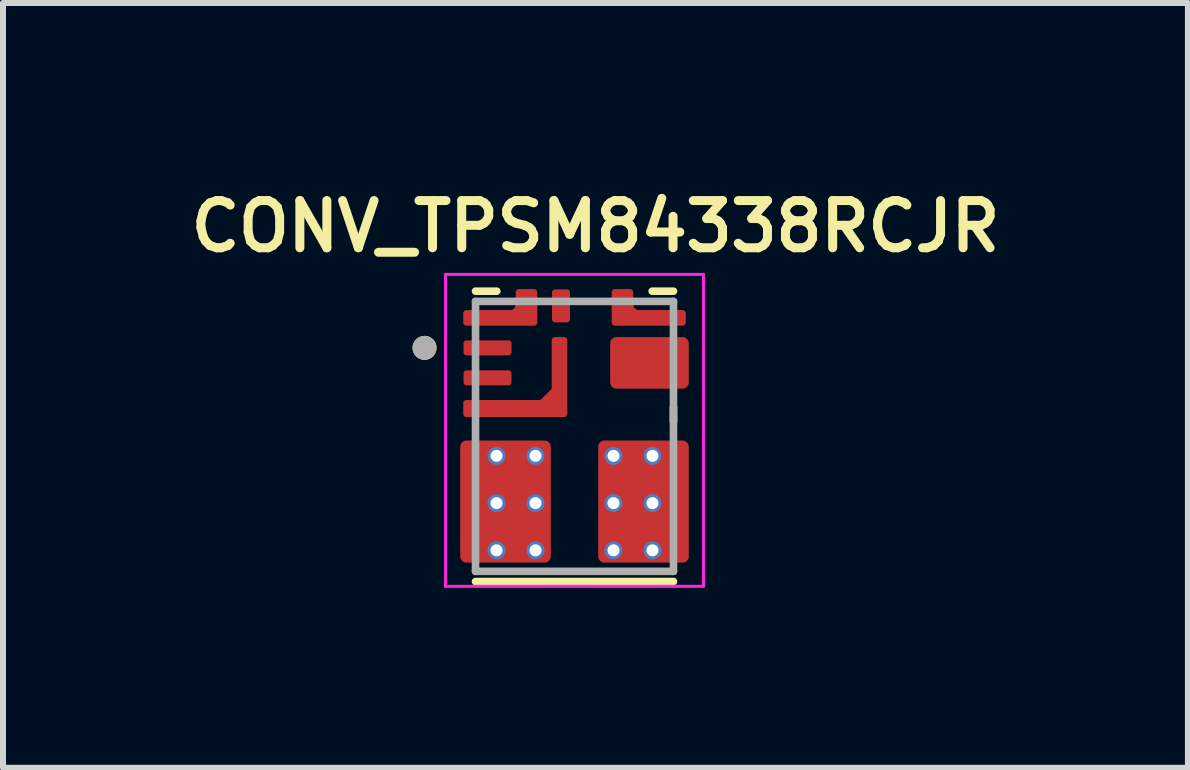
<source format=kicad_pcb>
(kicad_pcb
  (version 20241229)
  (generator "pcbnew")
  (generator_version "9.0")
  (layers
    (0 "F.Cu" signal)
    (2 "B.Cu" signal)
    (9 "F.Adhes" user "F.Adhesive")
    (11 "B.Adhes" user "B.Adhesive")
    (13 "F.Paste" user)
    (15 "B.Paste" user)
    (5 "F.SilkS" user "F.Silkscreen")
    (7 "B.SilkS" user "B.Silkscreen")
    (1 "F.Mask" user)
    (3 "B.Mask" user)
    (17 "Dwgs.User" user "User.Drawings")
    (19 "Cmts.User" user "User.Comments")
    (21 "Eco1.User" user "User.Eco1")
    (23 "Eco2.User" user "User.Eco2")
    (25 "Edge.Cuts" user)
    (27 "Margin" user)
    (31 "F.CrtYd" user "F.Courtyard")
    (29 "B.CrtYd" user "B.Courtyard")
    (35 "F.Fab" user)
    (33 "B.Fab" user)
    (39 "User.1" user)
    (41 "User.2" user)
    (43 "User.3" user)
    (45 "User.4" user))
  (footprint "CONV_TPSM84338RCJR"
    (layer "F.Cu")
    (at 6.527 4.224)
    (property "Reference" "CONV_TPSM84338RCJR" (at 0.35 -3.5 0) (layer "F.SilkS") (effects (font (size 0.787 0.787) (thickness 0.15))))
    (attr through_hole)
    (fp_poly (pts (xy -1.1 -1.3) (xy -1.8 -1.3) (xy -1.805 -1.3) (xy -1.81 -1.301) (xy -1.816 -1.301) (xy -1.821 -1.302) (xy -1.826 -1.303) (xy -1.831 -1.305) (xy -1.836 -1.307) (xy -1.841 -1.309) (xy -1.845 -1.311) (xy -1.85 -1.313) (xy -1.854 -1.316) (xy -1.859 -1.319) (xy -1.863 -1.322) (xy -1.867 -1.326) (xy -1.871 -1.329) (xy -1.874 -1.333) (xy -1.878 -1.337) (xy -1.881 -1.341) (xy -1.884 -1.346) (xy -1.887 -1.35) (xy -1.889 -1.355) (xy -1.891 -1.359) (xy -1.893 -1.364) (xy -1.895 -1.369) (xy -1.897 -1.374) (xy -1.898 -1.379) (xy -1.899 -1.384) (xy -1.899 -1.39) (xy -1.9 -1.395) (xy -1.9 -1.4) (xy -1.9 -1.55) (xy -1.9 -1.555) (xy -1.899 -1.56) (xy -1.899 -1.566) (xy -1.898 -1.571) (xy -1.897 -1.576) (xy -1.895 -1.581) (xy -1.893 -1.586) (xy -1.891 -1.591) (xy -1.889 -1.595) (xy -1.887 -1.6) (xy -1.884 -1.604) (xy -1.881 -1.609) (xy -1.878 -1.613) (xy -1.874 -1.617) (xy -1.871 -1.621) (xy -1.867 -1.624) (xy -1.863 -1.628) (xy -1.859 -1.631) (xy -1.854 -1.634) (xy -1.85 -1.637) (xy -1.845 -1.639) (xy -1.841 -1.641) (xy -1.836 -1.643) (xy -1.831 -1.645) (xy -1.826 -1.647) (xy -1.821 -1.648) (xy -1.816 -1.649) (xy -1.81 -1.649) (xy -1.805 -1.65) (xy -1.8 -1.65) (xy -1.1 -1.65) (xy -1.095 -1.65) (xy -1.09 -1.649) (xy -1.084 -1.649) (xy -1.079 -1.648) (xy -1.074 -1.647) (xy -1.069 -1.645) (xy -1.064 -1.643) (xy -1.059 -1.641) (xy -1.055 -1.639) (xy -1.05 -1.637) (xy -1.046 -1.634) (xy -1.041 -1.631) (xy -1.037 -1.628) (xy -1.033 -1.624) (xy -1.029 -1.621) (xy -1.026 -1.617) (xy -1.022 -1.613) (xy -1.019 -1.609) (xy -1.016 -1.604) (xy -1.013 -1.6) (xy -1.011 -1.595) (xy -1.009 -1.591) (xy -1.007 -1.586) (xy -1.005 -1.581) (xy -1.003 -1.576) (xy -1.002 -1.571) (xy -1.001 -1.566) (xy -1.001 -1.56) (xy -1 -1.555) (xy -1 -1.55) (xy -1 -1.4) (xy -1 -1.395) (xy -1.001 -1.39) (xy -1.001 -1.384) (xy -1.002 -1.379) (xy -1.003 -1.374) (xy -1.005 -1.369) (xy -1.007 -1.364) (xy -1.009 -1.359) (xy -1.011 -1.355) (xy -1.013 -1.35) (xy -1.016 -1.346) (xy -1.019 -1.341) (xy -1.022 -1.337) (xy -1.026 -1.333) (xy -1.029 -1.329) (xy -1.033 -1.326) (xy -1.037 -1.322) (xy -1.041 -1.319) (xy -1.046 -1.316) (xy -1.05 -1.313) (xy -1.055 -1.311) (xy -1.059 -1.309) (xy -1.064 -1.307) (xy -1.069 -1.305) (xy -1.074 -1.303) (xy -1.079 -1.302) (xy -1.084 -1.301) (xy -1.09 -1.301) (xy -1.095 -1.3) (xy -1.1 -1.3)) (stroke (width 0.01) (type solid)) (fill yes) (layer "F.Mask"))
    (fp_poly (pts (xy -1.1 -0.8) (xy -1.8 -0.8) (xy -1.805 -0.8) (xy -1.81 -0.801) (xy -1.816 -0.801) (xy -1.821 -0.802) (xy -1.826 -0.803) (xy -1.831 -0.805) (xy -1.836 -0.807) (xy -1.841 -0.809) (xy -1.845 -0.811) (xy -1.85 -0.813) (xy -1.854 -0.816) (xy -1.859 -0.819) (xy -1.863 -0.822) (xy -1.867 -0.826) (xy -1.871 -0.829) (xy -1.874 -0.833) (xy -1.878 -0.837) (xy -1.881 -0.841) (xy -1.884 -0.846) (xy -1.887 -0.85) (xy -1.889 -0.855) (xy -1.891 -0.859) (xy -1.893 -0.864) (xy -1.895 -0.869) (xy -1.897 -0.874) (xy -1.898 -0.879) (xy -1.899 -0.884) (xy -1.899 -0.89) (xy -1.9 -0.895) (xy -1.9 -0.9) (xy -1.9 -1.05) (xy -1.9 -1.055) (xy -1.899 -1.06) (xy -1.899 -1.066) (xy -1.898 -1.071) (xy -1.897 -1.076) (xy -1.895 -1.081) (xy -1.893 -1.086) (xy -1.891 -1.091) (xy -1.889 -1.095) (xy -1.887 -1.1) (xy -1.884 -1.104) (xy -1.881 -1.109) (xy -1.878 -1.113) (xy -1.874 -1.117) (xy -1.871 -1.121) (xy -1.867 -1.124) (xy -1.863 -1.128) (xy -1.859 -1.131) (xy -1.854 -1.134) (xy -1.85 -1.137) (xy -1.845 -1.139) (xy -1.841 -1.141) (xy -1.836 -1.143) (xy -1.831 -1.145) (xy -1.826 -1.147) (xy -1.821 -1.148) (xy -1.816 -1.149) (xy -1.81 -1.149) (xy -1.805 -1.15) (xy -1.8 -1.15) (xy -1.1 -1.15) (xy -1.095 -1.15) (xy -1.09 -1.149) (xy -1.084 -1.149) (xy -1.079 -1.148) (xy -1.074 -1.147) (xy -1.069 -1.145) (xy -1.064 -1.143) (xy -1.059 -1.141) (xy -1.055 -1.139) (xy -1.05 -1.137) (xy -1.046 -1.134) (xy -1.041 -1.131) (xy -1.037 -1.128) (xy -1.033 -1.124) (xy -1.029 -1.121) (xy -1.026 -1.117) (xy -1.022 -1.113) (xy -1.019 -1.109) (xy -1.016 -1.104) (xy -1.013 -1.1) (xy -1.011 -1.095) (xy -1.009 -1.091) (xy -1.007 -1.086) (xy -1.005 -1.081) (xy -1.003 -1.076) (xy -1.002 -1.071) (xy -1.001 -1.066) (xy -1.001 -1.06) (xy -1 -1.055) (xy -1 -1.05) (xy -1 -0.9) (xy -1 -0.895) (xy -1.001 -0.89) (xy -1.001 -0.884) (xy -1.002 -0.879) (xy -1.003 -0.874) (xy -1.005 -0.869) (xy -1.007 -0.864) (xy -1.009 -0.859) (xy -1.011 -0.855) (xy -1.013 -0.85) (xy -1.016 -0.846) (xy -1.019 -0.841) (xy -1.022 -0.837) (xy -1.026 -0.833) (xy -1.029 -0.829) (xy -1.033 -0.826) (xy -1.037 -0.822) (xy -1.041 -0.819) (xy -1.046 -0.816) (xy -1.05 -0.813) (xy -1.055 -0.811) (xy -1.059 -0.809) (xy -1.064 -0.807) (xy -1.069 -0.805) (xy -1.074 -0.803) (xy -1.079 -0.802) (xy -1.084 -0.801) (xy -1.09 -0.801) (xy -1.095 -0.8) (xy -1.1 -0.8)) (stroke (width 0.01) (type solid)) (fill yes) (layer "F.Mask"))
    (fp_poly (pts (xy -0.125 -1.85) (xy -0.325 -1.85) (xy -0.33 -1.85) (xy -0.335 -1.851) (xy -0.341 -1.851) (xy -0.346 -1.852) (xy -0.351 -1.853) (xy -0.356 -1.855) (xy -0.361 -1.857) (xy -0.366 -1.859) (xy -0.37 -1.861) (xy -0.375 -1.863) (xy -0.379 -1.866) (xy -0.384 -1.869) (xy -0.388 -1.872) (xy -0.392 -1.876) (xy -0.396 -1.879) (xy -0.399 -1.883) (xy -0.403 -1.887) (xy -0.406 -1.891) (xy -0.409 -1.896) (xy -0.412 -1.9) (xy -0.414 -1.905) (xy -0.416 -1.909) (xy -0.418 -1.914) (xy -0.42 -1.919) (xy -0.422 -1.924) (xy -0.423 -1.929) (xy -0.424 -1.934) (xy -0.424 -1.94) (xy -0.425 -1.945) (xy -0.425 -1.95) (xy -0.425 -2.4) (xy -0.425 -2.405) (xy -0.424 -2.41) (xy -0.424 -2.416) (xy -0.423 -2.421) (xy -0.422 -2.426) (xy -0.42 -2.431) (xy -0.418 -2.436) (xy -0.416 -2.441) (xy -0.414 -2.445) (xy -0.412 -2.45) (xy -0.409 -2.454) (xy -0.406 -2.459) (xy -0.403 -2.463) (xy -0.399 -2.467) (xy -0.396 -2.471) (xy -0.392 -2.474) (xy -0.388 -2.478) (xy -0.384 -2.481) (xy -0.379 -2.484) (xy -0.375 -2.487) (xy -0.37 -2.489) (xy -0.366 -2.491) (xy -0.361 -2.493) (xy -0.356 -2.495) (xy -0.351 -2.497) (xy -0.346 -2.498) (xy -0.341 -2.499) (xy -0.335 -2.499) (xy -0.33 -2.5) (xy -0.325 -2.5) (xy -0.125 -2.5) (xy -0.12 -2.5) (xy -0.115 -2.499) (xy -0.109 -2.499) (xy -0.104 -2.498) (xy -0.099 -2.497) (xy -0.094 -2.495) (xy -0.089 -2.493) (xy -0.084 -2.491) (xy -0.08 -2.489) (xy -0.075 -2.487) (xy -0.071 -2.484) (xy -0.066 -2.481) (xy -0.062 -2.478) (xy -0.058 -2.474) (xy -0.054 -2.471) (xy -0.051 -2.467) (xy -0.047 -2.463) (xy -0.044 -2.459) (xy -0.041 -2.454) (xy -0.038 -2.45) (xy -0.036 -2.445) (xy -0.034 -2.441) (xy -0.032 -2.436) (xy -0.03 -2.431) (xy -0.028 -2.426) (xy -0.027 -2.421) (xy -0.026 -2.416) (xy -0.026 -2.41) (xy -0.025 -2.405) (xy -0.025 -2.4) (xy -0.025 -1.95) (xy -0.025 -1.945) (xy -0.026 -1.94) (xy -0.026 -1.934) (xy -0.027 -1.929) (xy -0.028 -1.924) (xy -0.03 -1.919) (xy -0.032 -1.914) (xy -0.034 -1.909) (xy -0.036 -1.905) (xy -0.038 -1.9) (xy -0.041 -1.896) (xy -0.044 -1.891) (xy -0.047 -1.887) (xy -0.051 -1.883) (xy -0.054 -1.879) (xy -0.058 -1.876) (xy -0.062 -1.872) (xy -0.066 -1.869) (xy -0.071 -1.866) (xy -0.075 -1.863) (xy -0.08 -1.861) (xy -0.084 -1.859) (xy -0.089 -1.857) (xy -0.094 -1.855) (xy -0.099 -1.853) (xy -0.104 -1.852) (xy -0.109 -1.851) (xy -0.115 -1.851) (xy -0.12 -1.85) (xy -0.125 -1.85)) (stroke (width 0.01) (type solid)) (fill yes) (layer "F.Mask"))
    (fp_poly (pts (xy -1.025 -2.4) (xy -1.025 -2.2) (xy -1.025 -2.197) (xy -1.025 -2.195) (xy -1.026 -2.192) (xy -1.026 -2.19) (xy -1.027 -2.187) (xy -1.027 -2.185) (xy -1.028 -2.182) (xy -1.029 -2.18) (xy -1.03 -2.177) (xy -1.032 -2.175) (xy -1.033 -2.173) (xy -1.035 -2.171) (xy -1.036 -2.169) (xy -1.038 -2.167) (xy -1.04 -2.165) (xy -1.042 -2.163) (xy -1.044 -2.161) (xy -1.046 -2.16) (xy -1.048 -2.158) (xy -1.05 -2.157) (xy -1.052 -2.155) (xy -1.055 -2.154) (xy -1.057 -2.153) (xy -1.06 -2.152) (xy -1.062 -2.152) (xy -1.065 -2.151) (xy -1.067 -2.151) (xy -1.07 -2.15) (xy -1.072 -2.15) (xy -1.075 -2.15) (xy -1.8 -2.15) (xy -1.805 -2.15) (xy -1.81 -2.149) (xy -1.816 -2.149) (xy -1.821 -2.148) (xy -1.826 -2.147) (xy -1.831 -2.145) (xy -1.836 -2.143) (xy -1.841 -2.141) (xy -1.845 -2.139) (xy -1.85 -2.137) (xy -1.854 -2.134) (xy -1.859 -2.131) (xy -1.863 -2.128) (xy -1.867 -2.124) (xy -1.871 -2.121) (xy -1.874 -2.117) (xy -1.878 -2.113) (xy -1.881 -2.109) (xy -1.884 -2.104) (xy -1.887 -2.1) (xy -1.889 -2.095) (xy -1.891 -2.091) (xy -1.893 -2.086) (xy -1.895 -2.081) (xy -1.897 -2.076) (xy -1.898 -2.071) (xy -1.899 -2.066) (xy -1.899 -2.06) (xy -1.9 -2.055) (xy -1.9 -2.05) (xy -1.9 -1.9) (xy -1.9 -1.895) (xy -1.899 -1.89) (xy -1.899 -1.884) (xy -1.898 -1.879) (xy -1.897 -1.874) (xy -1.895 -1.869) (xy -1.893 -1.864) (xy -1.891 -1.859) (xy -1.889 -1.855) (xy -1.887 -1.85) (xy -1.884 -1.846) (xy -1.881 -1.841) (xy -1.878 -1.837) (xy -1.874 -1.833) (xy -1.871 -1.829) (xy -1.867 -1.826) (xy -1.863 -1.822) (xy -1.859 -1.819) (xy -1.854 -1.816) (xy -1.85 -1.813) (xy -1.845 -1.811) (xy -1.841 -1.809) (xy -1.836 -1.807) (xy -1.831 -1.805) (xy -1.826 -1.803) (xy -1.821 -1.802) (xy -1.816 -1.801) (xy -1.81 -1.801) (xy -1.805 -1.8) (xy -1.8 -1.8) (xy -0.675 -1.8) (xy -0.67 -1.8) (xy -0.665 -1.801) (xy -0.659 -1.801) (xy -0.654 -1.802) (xy -0.649 -1.803) (xy -0.644 -1.805) (xy -0.639 -1.807) (xy -0.634 -1.809) (xy -0.63 -1.811) (xy -0.625 -1.813) (xy -0.621 -1.816) (xy -0.616 -1.819) (xy -0.612 -1.822) (xy -0.608 -1.826) (xy -0.604 -1.829) (xy -0.601 -1.833) (xy -0.597 -1.837) (xy -0.594 -1.841) (xy -0.591 -1.846) (xy -0.588 -1.85) (xy -0.586 -1.855) (xy -0.584 -1.859) (xy -0.582 -1.864) (xy -0.58 -1.869) (xy -0.578 -1.874) (xy -0.577 -1.879) (xy -0.576 -1.884) (xy -0.576 -1.89) (xy -0.575 -1.895) (xy -0.575 -1.9) (xy -0.575 -2.4) (xy -0.575 -2.405) (xy -0.576 -2.41) (xy -0.576 -2.416) (xy -0.577 -2.421) (xy -0.578 -2.426) (xy -0.58 -2.431) (xy -0.582 -2.436) (xy -0.584 -2.441) (xy -0.586 -2.445) (xy -0.588 -2.45) (xy -0.591 -2.454) (xy -0.594 -2.459) (xy -0.597 -2.463) (xy -0.601 -2.467) (xy -0.604 -2.471) (xy -0.608 -2.474) (xy -0.612 -2.478) (xy -0.616 -2.481) (xy -0.621 -2.484) (xy -0.625 -2.487) (xy -0.63 -2.489) (xy -0.634 -2.491) (xy -0.639 -2.493) (xy -0.644 -2.495) (xy -0.649 -2.497) (xy -0.654 -2.498) (xy -0.659 -2.499) (xy -0.665 -2.499) (xy -0.67 -2.5) (xy -0.675 -2.5) (xy -0.925 -2.5) (xy -0.93 -2.5) (xy -0.935 -2.499) (xy -0.941 -2.499) (xy -0.946 -2.498) (xy -0.951 -2.497) (xy -0.956 -2.495) (xy -0.961 -2.493) (xy -0.966 -2.491) (xy -0.97 -2.489) (xy -0.975 -2.487) (xy -0.979 -2.484) (xy -0.984 -2.481) (xy -0.988 -2.478) (xy -0.992 -2.474) (xy -0.996 -2.471) (xy -0.999 -2.467) (xy -1.003 -2.463) (xy -1.006 -2.459) (xy -1.009 -2.454) (xy -1.012 -2.45) (xy -1.014 -2.445) (xy -1.016 -2.441) (xy -1.018 -2.436) (xy -1.02 -2.431) (xy -1.022 -2.426) (xy -1.023 -2.421) (xy -1.024 -2.416) (xy -1.024 -2.41) (xy -1.025 -2.405) (xy -1.025 -2.4)) (stroke (width 0.01) (type solid)) (fill yes) (layer "F.Mask"))
    (fp_poly (pts (xy 1.025 -2.4) (xy 1.025 -2.2) (xy 1.025 -2.197) (xy 1.025 -2.195) (xy 1.026 -2.192) (xy 1.026 -2.19) (xy 1.027 -2.187) (xy 1.027 -2.185) (xy 1.028 -2.182) (xy 1.029 -2.18) (xy 1.03 -2.177) (xy 1.032 -2.175) (xy 1.033 -2.173) (xy 1.035 -2.171) (xy 1.036 -2.169) (xy 1.038 -2.167) (xy 1.04 -2.165) (xy 1.042 -2.163) (xy 1.044 -2.161) (xy 1.046 -2.16) (xy 1.048 -2.158) (xy 1.05 -2.157) (xy 1.052 -2.155) (xy 1.055 -2.154) (xy 1.057 -2.153) (xy 1.06 -2.152) (xy 1.062 -2.152) (xy 1.065 -2.151) (xy 1.067 -2.151) (xy 1.07 -2.15) (xy 1.072 -2.15) (xy 1.075 -2.15) (xy 1.8 -2.15) (xy 1.805 -2.15) (xy 1.81 -2.149) (xy 1.816 -2.149) (xy 1.821 -2.148) (xy 1.826 -2.147) (xy 1.831 -2.145) (xy 1.836 -2.143) (xy 1.841 -2.141) (xy 1.845 -2.139) (xy 1.85 -2.137) (xy 1.854 -2.134) (xy 1.859 -2.131) (xy 1.863 -2.128) (xy 1.867 -2.124) (xy 1.871 -2.121) (xy 1.874 -2.117) (xy 1.878 -2.113) (xy 1.881 -2.109) (xy 1.884 -2.104) (xy 1.887 -2.1) (xy 1.889 -2.095) (xy 1.891 -2.091) (xy 1.893 -2.086) (xy 1.895 -2.081) (xy 1.897 -2.076) (xy 1.898 -2.071) (xy 1.899 -2.066) (xy 1.899 -2.06) (xy 1.9 -2.055) (xy 1.9 -2.05) (xy 1.9 -1.9) (xy 1.9 -1.895) (xy 1.899 -1.89) (xy 1.899 -1.884) (xy 1.898 -1.879) (xy 1.897 -1.874) (xy 1.895 -1.869) (xy 1.893 -1.864) (xy 1.891 -1.859) (xy 1.889 -1.855) (xy 1.887 -1.85) (xy 1.884 -1.846) (xy 1.881 -1.841) (xy 1.878 -1.837) (xy 1.874 -1.833) (xy 1.871 -1.829) (xy 1.867 -1.826) (xy 1.863 -1.822) (xy 1.859 -1.819) (xy 1.854 -1.816) (xy 1.85 -1.813) (xy 1.845 -1.811) (xy 1.841 -1.809) (xy 1.836 -1.807) (xy 1.831 -1.805) (xy 1.826 -1.803) (xy 1.821 -1.802) (xy 1.816 -1.801) (xy 1.81 -1.801) (xy 1.805 -1.8) (xy 1.8 -1.8) (xy 0.675 -1.8) (xy 0.67 -1.8) (xy 0.665 -1.801) (xy 0.659 -1.801) (xy 0.654 -1.802) (xy 0.649 -1.803) (xy 0.644 -1.805) (xy 0.639 -1.807) (xy 0.634 -1.809) (xy 0.63 -1.811) (xy 0.625 -1.813) (xy 0.621 -1.816) (xy 0.616 -1.819) (xy 0.612 -1.822) (xy 0.608 -1.826) (xy 0.604 -1.829) (xy 0.601 -1.833) (xy 0.597 -1.837) (xy 0.594 -1.841) (xy 0.591 -1.846) (xy 0.588 -1.85) (xy 0.586 -1.855) (xy 0.584 -1.859) (xy 0.582 -1.864) (xy 0.58 -1.869) (xy 0.578 -1.874) (xy 0.577 -1.879) (xy 0.576 -1.884) (xy 0.576 -1.89) (xy 0.575 -1.895) (xy 0.575 -1.9) (xy 0.575 -2.4) (xy 0.575 -2.405) (xy 0.576 -2.41) (xy 0.576 -2.416) (xy 0.577 -2.421) (xy 0.578 -2.426) (xy 0.58 -2.431) (xy 0.582 -2.436) (xy 0.584 -2.441) (xy 0.586 -2.445) (xy 0.588 -2.45) (xy 0.591 -2.454) (xy 0.594 -2.459) (xy 0.597 -2.463) (xy 0.601 -2.467) (xy 0.604 -2.471) (xy 0.608 -2.474) (xy 0.612 -2.478) (xy 0.616 -2.481) (xy 0.621 -2.484) (xy 0.625 -2.487) (xy 0.63 -2.489) (xy 0.634 -2.491) (xy 0.639 -2.493) (xy 0.644 -2.495) (xy 0.649 -2.497) (xy 0.654 -2.498) (xy 0.659 -2.499) (xy 0.665 -2.499) (xy 0.67 -2.5) (xy 0.675 -2.5) (xy 0.925 -2.5) (xy 0.93 -2.5) (xy 0.935 -2.499) (xy 0.941 -2.499) (xy 0.946 -2.498) (xy 0.951 -2.497) (xy 0.956 -2.495) (xy 0.961 -2.493) (xy 0.966 -2.491) (xy 0.97 -2.489) (xy 0.975 -2.487) (xy 0.979 -2.484) (xy 0.984 -2.481) (xy 0.988 -2.478) (xy 0.992 -2.474) (xy 0.996 -2.471) (xy 0.999 -2.467) (xy 1.003 -2.463) (xy 1.006 -2.459) (xy 1.009 -2.454) (xy 1.012 -2.45) (xy 1.014 -2.445) (xy 1.016 -2.441) (xy 1.018 -2.436) (xy 1.02 -2.431) (xy 1.022 -2.426) (xy 1.023 -2.421) (xy 1.024 -2.416) (xy 1.024 -2.41) (xy 1.025 -2.405) (xy 1.025 -2.4)) (stroke (width 0.01) (type solid)) (fill yes) (layer "F.Mask"))
    (fp_poly (pts (xy -0.425 -1.6) (xy -0.425 -0.847) (xy -0.425 -0.845) (xy -0.425 -0.843) (xy -0.425 -0.841) (xy -0.425 -0.839) (xy -0.426 -0.837) (xy -0.426 -0.835) (xy -0.426 -0.833) (xy -0.427 -0.831) (xy -0.427 -0.829) (xy -0.428 -0.827) (xy -0.428 -0.825) (xy -0.429 -0.823) (xy -0.429 -0.822) (xy -0.43 -0.82) (xy -0.431 -0.818) (xy -0.431 -0.816) (xy -0.432 -0.814) (xy -0.433 -0.813) (xy -0.434 -0.811) (xy -0.435 -0.809) (xy -0.436 -0.807) (xy -0.437 -0.806) (xy -0.438 -0.804) (xy -0.439 -0.802) (xy -0.44 -0.801) (xy -0.442 -0.799) (xy -0.443 -0.798) (xy -0.444 -0.796) (xy -0.446 -0.795) (xy -0.447 -0.794) (xy -0.568 -0.672) (xy -0.569 -0.671) (xy -0.571 -0.67) (xy -0.572 -0.668) (xy -0.574 -0.667) (xy -0.575 -0.666) (xy -0.577 -0.665) (xy -0.579 -0.664) (xy -0.58 -0.663) (xy -0.582 -0.662) (xy -0.584 -0.661) (xy -0.585 -0.66) (xy -0.587 -0.659) (xy -0.589 -0.658) (xy -0.591 -0.657) (xy -0.592 -0.656) (xy -0.594 -0.655) (xy -0.596 -0.655) (xy -0.598 -0.654) (xy -0.6 -0.654) (xy -0.602 -0.653) (xy -0.604 -0.653) (xy -0.605 -0.652) (xy -0.607 -0.652) (xy -0.609 -0.651) (xy -0.611 -0.651) (xy -0.613 -0.651) (xy -0.615 -0.651) (xy -0.617 -0.651) (xy -0.619 -0.651) (xy -0.621 -0.65) (xy -1.8 -0.65) (xy -1.805 -0.65) (xy -1.81 -0.65) (xy -1.816 -0.649) (xy -1.821 -0.648) (xy -1.826 -0.647) (xy -1.831 -0.646) (xy -1.836 -0.644) (xy -1.841 -0.642) (xy -1.845 -0.64) (xy -1.85 -0.637) (xy -1.854 -0.634) (xy -1.859 -0.631) (xy -1.863 -0.628) (xy -1.867 -0.625) (xy -1.871 -0.621) (xy -1.874 -0.617) (xy -1.878 -0.613) (xy -1.881 -0.609) (xy -1.884 -0.605) (xy -1.887 -0.601) (xy -1.889 -0.596) (xy -1.891 -0.591) (xy -1.893 -0.586) (xy -1.895 -0.581) (xy -1.897 -0.576) (xy -1.898 -0.571) (xy -1.899 -0.566) (xy -1.899 -0.561) (xy -1.9 -0.556) (xy -1.9 -0.55) (xy -1.9 -0.376) (xy -1.9 -0.37) (xy -1.899 -0.365) (xy -1.899 -0.36) (xy -1.898 -0.355) (xy -1.897 -0.35) (xy -1.895 -0.345) (xy -1.893 -0.34) (xy -1.891 -0.335) (xy -1.889 -0.33) (xy -1.887 -0.325) (xy -1.884 -0.321) (xy -1.881 -0.317) (xy -1.878 -0.313) (xy -1.874 -0.309) (xy -1.871 -0.305) (xy -1.867 -0.301) (xy -1.863 -0.298) (xy -1.859 -0.295) (xy -1.854 -0.292) (xy -1.85 -0.289) (xy -1.845 -0.286) (xy -1.841 -0.284) (xy -1.836 -0.282) (xy -1.831 -0.28) (xy -1.826 -0.279) (xy -1.821 -0.278) (xy -1.816 -0.277) (xy -1.81 -0.276) (xy -1.805 -0.276) (xy -1.8 -0.276) (xy -0.175 -0.276) (xy -0.17 -0.276) (xy -0.165 -0.276) (xy -0.159 -0.277) (xy -0.154 -0.278) (xy -0.149 -0.279) (xy -0.144 -0.28) (xy -0.139 -0.282) (xy -0.134 -0.284) (xy -0.13 -0.286) (xy -0.125 -0.289) (xy -0.121 -0.292) (xy -0.116 -0.295) (xy -0.112 -0.298) (xy -0.108 -0.301) (xy -0.104 -0.305) (xy -0.101 -0.309) (xy -0.097 -0.313) (xy -0.094 -0.317) (xy -0.091 -0.321) (xy -0.088 -0.326) (xy -0.086 -0.33) (xy -0.084 -0.335) (xy -0.082 -0.34) (xy -0.08 -0.345) (xy -0.078 -0.35) (xy -0.077 -0.355) (xy -0.076 -0.36) (xy -0.076 -0.365) (xy -0.075 -0.37) (xy -0.075 -0.376) (xy -0.075 -1.6) (xy -0.075 -1.605) (xy -0.076 -1.61) (xy -0.076 -1.616) (xy -0.077 -1.621) (xy -0.078 -1.626) (xy -0.08 -1.631) (xy -0.082 -1.636) (xy -0.084 -1.641) (xy -0.086 -1.645) (xy -0.088 -1.65) (xy -0.091 -1.654) (xy -0.094 -1.659) (xy -0.097 -1.663) (xy -0.101 -1.667) (xy -0.104 -1.671) (xy -0.108 -1.674) (xy -0.112 -1.678) (xy -0.116 -1.681) (xy -0.121 -1.684) (xy -0.125 -1.687) (xy -0.13 -1.689) (xy -0.134 -1.691) (xy -0.139 -1.693) (xy -0.144 -1.695) (xy -0.149 -1.697) (xy -0.154 -1.698) (xy -0.159 -1.699) (xy -0.165 -1.699) (xy -0.17 -1.7) (xy -0.175 -1.7) (xy -0.325 -1.7) (xy -0.33 -1.7) (xy -0.335 -1.699) (xy -0.341 -1.699) (xy -0.346 -1.698) (xy -0.351 -1.697) (xy -0.356 -1.695) (xy -0.361 -1.693) (xy -0.366 -1.691) (xy -0.37 -1.689) (xy -0.375 -1.687) (xy -0.379 -1.684) (xy -0.384 -1.681) (xy -0.388 -1.678) (xy -0.392 -1.674) (xy -0.396 -1.671) (xy -0.399 -1.667) (xy -0.403 -1.663) (xy -0.406 -1.659) (xy -0.409 -1.654) (xy -0.412 -1.65) (xy -0.414 -1.645) (xy -0.416 -1.641) (xy -0.418 -1.636) (xy -0.42 -1.631) (xy -0.422 -1.626) (xy -0.423 -1.621) (xy -0.424 -1.616) (xy -0.424 -1.61) (xy -0.425 -1.605) (xy -0.425 -1.6)) (stroke (width 0.01) (type solid)) (fill yes) (layer "F.Mask"))
    (fp_poly (pts (xy 0.65 -1.55) (xy 0.65 -0.9) (xy 0.65 -0.897) (xy 0.65 -0.895) (xy 0.651 -0.892) (xy 0.651 -0.89) (xy 0.652 -0.887) (xy 0.652 -0.885) (xy 0.653 -0.882) (xy 0.654 -0.88) (xy 0.655 -0.877) (xy 0.657 -0.875) (xy 0.658 -0.873) (xy 0.66 -0.871) (xy 0.661 -0.869) (xy 0.663 -0.867) (xy 0.665 -0.865) (xy 0.667 -0.863) (xy 0.669 -0.861) (xy 0.671 -0.86) (xy 0.673 -0.858) (xy 0.675 -0.857) (xy 0.677 -0.855) (xy 0.68 -0.854) (xy 0.682 -0.853) (xy 0.685 -0.852) (xy 0.687 -0.852) (xy 0.69 -0.851) (xy 0.692 -0.851) (xy 0.695 -0.85) (xy 0.697 -0.85) (xy 0.7 -0.85) (xy 1.8 -0.85) (xy 1.803 -0.85) (xy 1.805 -0.85) (xy 1.808 -0.851) (xy 1.81 -0.851) (xy 1.813 -0.852) (xy 1.815 -0.852) (xy 1.818 -0.853) (xy 1.82 -0.854) (xy 1.823 -0.855) (xy 1.825 -0.857) (xy 1.827 -0.858) (xy 1.829 -0.86) (xy 1.831 -0.861) (xy 1.833 -0.863) (xy 1.835 -0.865) (xy 1.837 -0.867) (xy 1.839 -0.869) (xy 1.84 -0.871) (xy 1.842 -0.873) (xy 1.843 -0.875) (xy 1.845 -0.877) (xy 1.846 -0.88) (xy 1.847 -0.882) (xy 1.848 -0.885) (xy 1.848 -0.887) (xy 1.849 -0.89) (xy 1.849 -0.892) (xy 1.85 -0.895) (xy 1.85 -0.897) (xy 1.85 -0.9) (xy 1.85 -1.05) (xy 1.85 -1.053) (xy 1.85 -1.055) (xy 1.849 -1.058) (xy 1.849 -1.06) (xy 1.848 -1.063) (xy 1.848 -1.065) (xy 1.847 -1.068) (xy 1.846 -1.07) (xy 1.845 -1.073) (xy 1.843 -1.075) (xy 1.842 -1.077) (xy 1.84 -1.079) (xy 1.839 -1.081) (xy 1.837 -1.083) (xy 1.835 -1.085) (xy 1.833 -1.087) (xy 1.831 -1.089) (xy 1.829 -1.09) (xy 1.827 -1.092) (xy 1.825 -1.093) (xy 1.823 -1.095) (xy 1.82 -1.096) (xy 1.818 -1.097) (xy 1.815 -1.098) (xy 1.813 -1.098) (xy 1.81 -1.099) (xy 1.808 -1.099) (xy 1.805 -1.1) (xy 1.803 -1.1) (xy 1.8 -1.1) (xy 1.5 -1.1) (xy 1.497 -1.1) (xy 1.495 -1.1) (xy 1.492 -1.101) (xy 1.49 -1.101) (xy 1.487 -1.102) (xy 1.485 -1.102) (xy 1.482 -1.103) (xy 1.48 -1.104) (xy 1.477 -1.105) (xy 1.475 -1.107) (xy 1.473 -1.108) (xy 1.471 -1.11) (xy 1.469 -1.111) (xy 1.467 -1.113) (xy 1.465 -1.115) (xy 1.463 -1.117) (xy 1.461 -1.119) (xy 1.46 -1.121) (xy 1.458 -1.123) (xy 1.457 -1.125) (xy 1.455 -1.127) (xy 1.454 -1.13) (xy 1.453 -1.132) (xy 1.452 -1.135) (xy 1.452 -1.137) (xy 1.451 -1.14) (xy 1.451 -1.142) (xy 1.45 -1.145) (xy 1.45 -1.147) (xy 1.45 -1.15) (xy 1.45 -1.3) (xy 1.45 -1.303) (xy 1.45 -1.305) (xy 1.451 -1.308) (xy 1.451 -1.31) (xy 1.452 -1.313) (xy 1.452 -1.315) (xy 1.453 -1.318) (xy 1.454 -1.32) (xy 1.455 -1.323) (xy 1.457 -1.325) (xy 1.458 -1.327) (xy 1.46 -1.329) (xy 1.461 -1.331) (xy 1.463 -1.333) (xy 1.465 -1.335) (xy 1.467 -1.337) (xy 1.469 -1.339) (xy 1.471 -1.34) (xy 1.473 -1.342) (xy 1.475 -1.343) (xy 1.477 -1.345) (xy 1.48 -1.346) (xy 1.482 -1.347) (xy 1.485 -1.348) (xy 1.487 -1.348) (xy 1.49 -1.349) (xy 1.492 -1.349) (xy 1.495 -1.35) (xy 1.497 -1.35) (xy 1.5 -1.35) (xy 1.8 -1.35) (xy 1.803 -1.35) (xy 1.805 -1.35) (xy 1.808 -1.351) (xy 1.81 -1.351) (xy 1.813 -1.352) (xy 1.815 -1.352) (xy 1.818 -1.353) (xy 1.82 -1.354) (xy 1.823 -1.355) (xy 1.825 -1.357) (xy 1.827 -1.358) (xy 1.829 -1.36) (xy 1.831 -1.361) (xy 1.833 -1.363) (xy 1.835 -1.365) (xy 1.837 -1.367) (xy 1.839 -1.369) (xy 1.84 -1.371) (xy 1.842 -1.373) (xy 1.843 -1.375) (xy 1.845 -1.377) (xy 1.846 -1.38) (xy 1.847 -1.382) (xy 1.848 -1.385) (xy 1.848 -1.387) (xy 1.849 -1.39) (xy 1.849 -1.392) (xy 1.85 -1.395) (xy 1.85 -1.397) (xy 1.85 -1.4) (xy 1.85 -1.55) (xy 1.85 -1.553) (xy 1.85 -1.555) (xy 1.849 -1.558) (xy 1.849 -1.56) (xy 1.848 -1.563) (xy 1.848 -1.565) (xy 1.847 -1.568) (xy 1.846 -1.57) (xy 1.845 -1.573) (xy 1.843 -1.575) (xy 1.842 -1.577) (xy 1.84 -1.579) (xy 1.839 -1.581) (xy 1.837 -1.583) (xy 1.835 -1.585) (xy 1.833 -1.587) (xy 1.831 -1.589) (xy 1.829 -1.59) (xy 1.827 -1.592) (xy 1.825 -1.593) (xy 1.823 -1.595) (xy 1.82 -1.596) (xy 1.818 -1.597) (xy 1.815 -1.598) (xy 1.813 -1.598) (xy 1.81 -1.599) (xy 1.808 -1.599) (xy 1.805 -1.6) (xy 1.803 -1.6) (xy 1.8 -1.6) (xy 0.7 -1.6) (xy 0.697 -1.6) (xy 0.695 -1.6) (xy 0.692 -1.599) (xy 0.69 -1.599) (xy 0.687 -1.598) (xy 0.685 -1.598) (xy 0.682 -1.597) (xy 0.68 -1.596) (xy 0.677 -1.595) (xy 0.675 -1.593) (xy 0.673 -1.592) (xy 0.671 -1.59) (xy 0.669 -1.589) (xy 0.667 -1.587) (xy 0.665 -1.585) (xy 0.663 -1.583) (xy 0.661 -1.581) (xy 0.66 -1.579) (xy 0.658 -1.577) (xy 0.657 -1.575) (xy 0.655 -1.573) (xy 0.654 -1.57) (xy 0.653 -1.568) (xy 0.652 -1.565) (xy 0.652 -1.563) (xy 0.651 -1.56) (xy 0.651 -1.558) (xy 0.65 -1.555) (xy 0.65 -1.553) (xy 0.65 -1.55)) (stroke (width 0.01) (type solid)) (fill yes) (layer "F.Mask"))
    (fp_poly (pts (xy -1.45 2) (xy -1.45 2.003) (xy -1.45 2.005) (xy -1.449 2.008) (xy -1.449 2.01) (xy -1.448 2.013) (xy -1.448 2.015) (xy -1.447 2.018) (xy -1.446 2.02) (xy -1.445 2.023) (xy -1.443 2.025) (xy -1.442 2.027) (xy -1.44 2.029) (xy -1.439 2.031) (xy -1.437 2.033) (xy -1.435 2.035) (xy -1.433 2.037) (xy -1.431 2.039) (xy -1.429 2.04) (xy -1.427 2.042) (xy -1.425 2.043) (xy -1.423 2.045) (xy -1.42 2.046) (xy -1.418 2.047) (xy -1.415 2.048) (xy -1.413 2.048) (xy -1.41 2.049) (xy -1.408 2.049) (xy -1.405 2.05) (xy -1.403 2.05) (xy -1.4 2.05) (xy -0.5 2.05) (xy -0.497 2.05) (xy -0.495 2.05) (xy -0.492 2.049) (xy -0.49 2.049) (xy -0.487 2.048) (xy -0.485 2.048) (xy -0.482 2.047) (xy -0.48 2.046) (xy -0.477 2.045) (xy -0.475 2.043) (xy -0.473 2.042) (xy -0.471 2.04) (xy -0.469 2.039) (xy -0.467 2.037) (xy -0.465 2.035) (xy -0.463 2.033) (xy -0.461 2.031) (xy -0.46 2.029) (xy -0.458 2.027) (xy -0.457 2.025) (xy -0.455 2.023) (xy -0.454 2.02) (xy -0.453 2.018) (xy -0.452 2.015) (xy -0.452 2.013) (xy -0.451 2.01) (xy -0.451 2.008) (xy -0.45 2.005) (xy -0.45 2.003) (xy -0.45 2) (xy -0.45 0.175) (xy -0.45 0.172) (xy -0.45 0.17) (xy -0.451 0.167) (xy -0.451 0.165) (xy -0.452 0.162) (xy -0.452 0.16) (xy -0.453 0.157) (xy -0.454 0.155) (xy -0.455 0.152) (xy -0.457 0.15) (xy -0.458 0.148) (xy -0.46 0.146) (xy -0.461 0.144) (xy -0.463 0.142) (xy -0.465 0.14) (xy -0.467 0.138) (xy -0.469 0.136) (xy -0.471 0.135) (xy -0.473 0.133) (xy -0.475 0.132) (xy -0.477 0.13) (xy -0.48 0.129) (xy -0.482 0.128) (xy -0.485 0.127) (xy -0.487 0.127) (xy -0.49 0.126) (xy -0.492 0.126) (xy -0.495 0.125) (xy -0.497 0.125) (xy -0.5 0.125) (xy -1.4 0.125) (xy -1.403 0.125) (xy -1.405 0.125) (xy -1.408 0.126) (xy -1.41 0.126) (xy -1.413 0.127) (xy -1.415 0.127) (xy -1.418 0.128) (xy -1.42 0.129) (xy -1.423 0.13) (xy -1.425 0.132) (xy -1.427 0.133) (xy -1.429 0.135) (xy -1.431 0.136) (xy -1.433 0.138) (xy -1.435 0.14) (xy -1.437 0.142) (xy -1.439 0.144) (xy -1.44 0.146) (xy -1.442 0.148) (xy -1.443 0.15) (xy -1.445 0.152) (xy -1.446 0.155) (xy -1.447 0.157) (xy -1.448 0.16) (xy -1.448 0.162) (xy -1.449 0.165) (xy -1.449 0.167) (xy -1.45 0.17) (xy -1.45 0.172) (xy -1.45 0.175) (xy -1.45 0.49) (xy -1.45 0.493) (xy -1.45 0.495) (xy -1.451 0.498) (xy -1.451 0.5) (xy -1.452 0.503) (xy -1.452 0.505) (xy -1.453 0.508) (xy -1.454 0.51) (xy -1.455 0.513) (xy -1.457 0.515) (xy -1.458 0.517) (xy -1.46 0.519) (xy -1.461 0.521) (xy -1.463 0.523) (xy -1.465 0.525) (xy -1.467 0.527) (xy -1.469 0.529) (xy -1.471 0.53) (xy -1.473 0.532) (xy -1.475 0.533) (xy -1.477 0.535) (xy -1.48 0.536) (xy -1.482 0.537) (xy -1.485 0.538) (xy -1.487 0.538) (xy -1.49 0.539) (xy -1.492 0.539) (xy -1.495 0.54) (xy -1.497 0.54) (xy -1.5 0.54) (xy -1.8 0.54) (xy -1.803 0.54) (xy -1.805 0.54) (xy -1.808 0.541) (xy -1.81 0.541) (xy -1.813 0.542) (xy -1.815 0.542) (xy -1.818 0.543) (xy -1.82 0.544) (xy -1.823 0.545) (xy -1.825 0.547) (xy -1.827 0.548) (xy -1.829 0.55) (xy -1.831 0.551) (xy -1.833 0.553) (xy -1.835 0.555) (xy -1.837 0.557) (xy -1.839 0.559) (xy -1.84 0.561) (xy -1.842 0.563) (xy -1.843 0.565) (xy -1.845 0.567) (xy -1.846 0.57) (xy -1.847 0.572) (xy -1.848 0.575) (xy -1.848 0.577) (xy -1.849 0.58) (xy -1.849 0.582) (xy -1.85 0.585) (xy -1.85 0.587) (xy -1.85 0.59) (xy -1.85 0.74) (xy -1.85 0.743) (xy -1.85 0.745) (xy -1.849 0.748) (xy -1.849 0.75) (xy -1.848 0.753) (xy -1.848 0.755) (xy -1.847 0.758) (xy -1.846 0.76) (xy -1.845 0.763) (xy -1.843 0.765) (xy -1.842 0.767) (xy -1.84 0.769) (xy -1.839 0.771) (xy -1.837 0.773) (xy -1.835 0.775) (xy -1.833 0.777) (xy -1.831 0.779) (xy -1.829 0.78) (xy -1.827 0.782) (xy -1.825 0.783) (xy -1.823 0.785) (xy -1.82 0.786) (xy -1.818 0.787) (xy -1.815 0.788) (xy -1.813 0.788) (xy -1.81 0.789) (xy -1.808 0.789) (xy -1.805 0.79) (xy -1.803 0.79) (xy -1.8 0.79) (xy -1.5 0.79) (xy -1.497 0.79) (xy -1.495 0.79) (xy -1.492 0.791) (xy -1.49 0.791) (xy -1.487 0.792) (xy -1.485 0.792) (xy -1.482 0.793) (xy -1.48 0.794) (xy -1.477 0.795) (xy -1.475 0.797) (xy -1.473 0.798) (xy -1.471 0.8) (xy -1.469 0.801) (xy -1.467 0.803) (xy -1.465 0.805) (xy -1.463 0.807) (xy -1.461 0.809) (xy -1.46 0.811) (xy -1.458 0.813) (xy -1.457 0.815) (xy -1.455 0.817) (xy -1.454 0.82) (xy -1.453 0.822) (xy -1.452 0.825) (xy -1.452 0.827) (xy -1.451 0.83) (xy -1.451 0.832) (xy -1.45 0.835) (xy -1.45 0.837) (xy -1.45 0.84) (xy -1.45 0.99) (xy -1.45 0.993) (xy -1.45 0.995) (xy -1.451 0.998) (xy -1.451 1) (xy -1.452 1.003) (xy -1.452 1.005) (xy -1.453 1.008) (xy -1.454 1.01) (xy -1.455 1.013) (xy -1.457 1.015) (xy -1.458 1.017) (xy -1.46 1.019) (xy -1.461 1.021) (xy -1.463 1.023) (xy -1.465 1.025) (xy -1.467 1.027) (xy -1.469 1.029) (xy -1.471 1.03) (xy -1.473 1.032) (xy -1.475 1.033) (xy -1.477 1.035) (xy -1.48 1.036) (xy -1.482 1.037) (xy -1.485 1.038) (xy -1.487 1.038) (xy -1.49 1.039) (xy -1.492 1.039) (xy -1.495 1.04) (xy -1.497 1.04) (xy -1.5 1.04) (xy -1.8 1.04) (xy -1.803 1.04) (xy -1.805 1.04) (xy -1.808 1.041) (xy -1.81 1.041) (xy -1.813 1.042) (xy -1.815 1.042) (xy -1.818 1.043) (xy -1.82 1.044) (xy -1.823 1.045) (xy -1.825 1.047) (xy -1.827 1.048) (xy -1.829 1.05) (xy -1.831 1.051) (xy -1.833 1.053) (xy -1.835 1.055) (xy -1.837 1.057) (xy -1.839 1.059) (xy -1.84 1.061) (xy -1.842 1.063) (xy -1.843 1.065) (xy -1.845 1.067) (xy -1.846 1.07) (xy -1.847 1.072) (xy -1.848 1.075) (xy -1.848 1.077) (xy -1.849 1.08) (xy -1.849 1.082) (xy -1.85 1.085) (xy -1.85 1.087) (xy -1.85 1.09) (xy -1.85 1.24) (xy -1.85 1.243) (xy -1.85 1.245) (xy -1.849 1.248) (xy -1.849 1.25) (xy -1.848 1.253) (xy -1.848 1.255) (xy -1.847 1.258) (xy -1.846 1.26) (xy -1.845 1.263) (xy -1.843 1.265) (xy -1.842 1.267) (xy -1.84 1.269) (xy -1.839 1.271) (xy -1.837 1.273) (xy -1.835 1.275) (xy -1.833 1.277) (xy -1.831 1.279) (xy -1.829 1.28) (xy -1.827 1.282) (xy -1.825 1.283) (xy -1.823 1.285) (xy -1.82 1.286) (xy -1.818 1.287) (xy -1.815 1.288) (xy -1.813 1.288) (xy -1.81 1.289) (xy -1.808 1.289) (xy -1.805 1.29) (xy -1.803 1.29) (xy -1.8 1.29) (xy -1.5 1.29) (xy -1.497 1.29) (xy -1.495 1.29) (xy -1.492 1.291) (xy -1.49 1.291) (xy -1.487 1.292) (xy -1.485 1.292) (xy -1.482 1.293) (xy -1.48 1.294) (xy -1.477 1.295) (xy -1.475 1.297) (xy -1.473 1.298) (xy -1.471 1.3) (xy -1.469 1.301) (xy -1.467 1.303) (xy -1.465 1.305) (xy -1.463 1.307) (xy -1.461 1.309) (xy -1.46 1.311) (xy -1.458 1.313) (xy -1.457 1.315) (xy -1.455 1.317) (xy -1.454 1.32) (xy -1.453 1.322) (xy -1.452 1.325) (xy -1.452 1.327) (xy -1.451 1.33) (xy -1.451 1.332) (xy -1.45 1.335) (xy -1.45 1.337) (xy -1.45 1.34) (xy -1.45 1.49) (xy -1.45 1.493) (xy -1.45 1.495) (xy -1.451 1.498) (xy -1.451 1.5) (xy -1.452 1.503) (xy -1.452 1.505) (xy -1.453 1.508) (xy -1.454 1.51) (xy -1.455 1.513) (xy -1.457 1.515) (xy -1.458 1.517) (xy -1.46 1.519) (xy -1.461 1.521) (xy -1.463 1.523) (xy -1.465 1.525) (xy -1.467 1.527) (xy -1.469 1.529) (xy -1.471 1.53) (xy -1.473 1.532) (xy -1.475 1.533) (xy -1.477 1.535) (xy -1.48 1.536) (xy -1.482 1.537) (xy -1.485 1.538) (xy -1.487 1.538) (xy -1.49 1.539) (xy -1.492 1.539) (xy -1.495 1.54) (xy -1.497 1.54) (xy -1.5 1.54) (xy -1.8 1.54) (xy -1.803 1.54) (xy -1.805 1.54) (xy -1.808 1.541) (xy -1.81 1.541) (xy -1.813 1.542) (xy -1.815 1.542) (xy -1.818 1.543) (xy -1.82 1.544) (xy -1.823 1.545) (xy -1.825 1.547) (xy -1.827 1.548) (xy -1.829 1.55) (xy -1.831 1.551) (xy -1.833 1.553) (xy -1.835 1.555) (xy -1.837 1.557) (xy -1.839 1.559) (xy -1.84 1.561) (xy -1.842 1.563) (xy -1.843 1.565) (xy -1.845 1.567) (xy -1.846 1.57) (xy -1.847 1.572) (xy -1.848 1.575) (xy -1.848 1.577) (xy -1.849 1.58) (xy -1.849 1.582) (xy -1.85 1.585) (xy -1.85 1.587) (xy -1.85 1.59) (xy -1.85 1.74) (xy -1.85 1.743) (xy -1.85 1.745) (xy -1.849 1.748) (xy -1.849 1.75) (xy -1.848 1.753) (xy -1.848 1.755) (xy -1.847 1.758) (xy -1.846 1.76) (xy -1.845 1.763) (xy -1.843 1.765) (xy -1.842 1.767) (xy -1.84 1.769) (xy -1.839 1.771) (xy -1.837 1.773) (xy -1.835 1.775) (xy -1.833 1.777) (xy -1.831 1.779) (xy -1.829 1.78) (xy -1.827 1.782) (xy -1.825 1.783) (xy -1.823 1.785) (xy -1.82 1.786) (xy -1.818 1.787) (xy -1.815 1.788) (xy -1.813 1.788) (xy -1.81 1.789) (xy -1.808 1.789) (xy -1.805 1.79) (xy -1.803 1.79) (xy -1.8 1.79) (xy -1.5 1.79) (xy -1.497 1.79) (xy -1.495 1.79) (xy -1.492 1.791) (xy -1.49 1.791) (xy -1.487 1.792) (xy -1.485 1.792) (xy -1.482 1.793) (xy -1.48 1.794) (xy -1.477 1.795) (xy -1.475 1.797) (xy -1.473 1.798) (xy -1.471 1.8) (xy -1.469 1.801) (xy -1.467 1.803) (xy -1.465 1.805) (xy -1.463 1.807) (xy -1.461 1.809) (xy -1.46 1.811) (xy -1.458 1.813) (xy -1.457 1.815) (xy -1.455 1.817) (xy -1.454 1.82) (xy -1.453 1.822) (xy -1.452 1.825) (xy -1.452 1.827) (xy -1.451 1.83) (xy -1.451 1.832) (xy -1.45 1.835) (xy -1.45 1.837) (xy -1.45 1.84) (xy -1.45 2)) (stroke (width 0.01) (type solid)) (fill yes) (layer "F.Mask"))
    (fp_poly (pts (xy 1.45 2) (xy 1.45 2.003) (xy 1.45 2.005) (xy 1.449 2.008) (xy 1.449 2.01) (xy 1.448 2.013) (xy 1.448 2.015) (xy 1.447 2.018) (xy 1.446 2.02) (xy 1.445 2.023) (xy 1.443 2.025) (xy 1.442 2.027) (xy 1.44 2.029) (xy 1.439 2.031) (xy 1.437 2.033) (xy 1.435 2.035) (xy 1.433 2.037) (xy 1.431 2.039) (xy 1.429 2.04) (xy 1.427 2.042) (xy 1.425 2.043) (xy 1.423 2.045) (xy 1.42 2.046) (xy 1.418 2.047) (xy 1.415 2.048) (xy 1.413 2.048) (xy 1.41 2.049) (xy 1.408 2.049) (xy 1.405 2.05) (xy 1.403 2.05) (xy 1.4 2.05) (xy 0.5 2.05) (xy 0.497 2.05) (xy 0.495 2.05) (xy 0.492 2.049) (xy 0.49 2.049) (xy 0.487 2.048) (xy 0.485 2.048) (xy 0.482 2.047) (xy 0.48 2.046) (xy 0.477 2.045) (xy 0.475 2.043) (xy 0.473 2.042) (xy 0.471 2.04) (xy 0.469 2.039) (xy 0.467 2.037) (xy 0.465 2.035) (xy 0.463 2.033) (xy 0.461 2.031) (xy 0.46 2.029) (xy 0.458 2.027) (xy 0.457 2.025) (xy 0.455 2.023) (xy 0.454 2.02) (xy 0.453 2.018) (xy 0.452 2.015) (xy 0.452 2.013) (xy 0.451 2.01) (xy 0.451 2.008) (xy 0.45 2.005) (xy 0.45 2.003) (xy 0.45 2) (xy 0.45 0.175) (xy 0.45 0.172) (xy 0.45 0.17) (xy 0.451 0.167) (xy 0.451 0.165) (xy 0.452 0.162) (xy 0.452 0.16) (xy 0.453 0.157) (xy 0.454 0.155) (xy 0.455 0.152) (xy 0.457 0.15) (xy 0.458 0.148) (xy 0.46 0.146) (xy 0.461 0.144) (xy 0.463 0.142) (xy 0.465 0.14) (xy 0.467 0.138) (xy 0.469 0.136) (xy 0.471 0.135) (xy 0.473 0.133) (xy 0.475 0.132) (xy 0.477 0.13) (xy 0.48 0.129) (xy 0.482 0.128) (xy 0.485 0.127) (xy 0.487 0.127) (xy 0.49 0.126) (xy 0.492 0.126) (xy 0.495 0.125) (xy 0.497 0.125) (xy 0.5 0.125) (xy 1.4 0.125) (xy 1.403 0.125) (xy 1.405 0.125) (xy 1.408 0.126) (xy 1.41 0.126) (xy 1.413 0.127) (xy 1.415 0.127) (xy 1.418 0.128) (xy 1.42 0.129) (xy 1.423 0.13) (xy 1.425 0.132) (xy 1.427 0.133) (xy 1.429 0.135) (xy 1.431 0.136) (xy 1.433 0.138) (xy 1.435 0.14) (xy 1.437 0.142) (xy 1.439 0.144) (xy 1.44 0.146) (xy 1.442 0.148) (xy 1.443 0.15) (xy 1.445 0.152) (xy 1.446 0.155) (xy 1.447 0.157) (xy 1.448 0.16) (xy 1.448 0.162) (xy 1.449 0.165) (xy 1.449 0.167) (xy 1.45 0.17) (xy 1.45 0.172) (xy 1.45 0.175) (xy 1.45 0.49) (xy 1.45 0.493) (xy 1.45 0.495) (xy 1.451 0.498) (xy 1.451 0.5) (xy 1.452 0.503) (xy 1.452 0.505) (xy 1.453 0.508) (xy 1.454 0.51) (xy 1.455 0.513) (xy 1.457 0.515) (xy 1.458 0.517) (xy 1.46 0.519) (xy 1.461 0.521) (xy 1.463 0.523) (xy 1.465 0.525) (xy 1.467 0.527) (xy 1.469 0.529) (xy 1.471 0.53) (xy 1.473 0.532) (xy 1.475 0.533) (xy 1.477 0.535) (xy 1.48 0.536) (xy 1.482 0.537) (xy 1.485 0.538) (xy 1.487 0.538) (xy 1.49 0.539) (xy 1.492 0.539) (xy 1.495 0.54) (xy 1.497 0.54) (xy 1.5 0.54) (xy 1.8 0.54) (xy 1.803 0.54) (xy 1.805 0.54) (xy 1.808 0.541) (xy 1.81 0.541) (xy 1.813 0.542) (xy 1.815 0.542) (xy 1.818 0.543) (xy 1.82 0.544) (xy 1.823 0.545) (xy 1.825 0.547) (xy 1.827 0.548) (xy 1.829 0.55) (xy 1.831 0.551) (xy 1.833 0.553) (xy 1.835 0.555) (xy 1.837 0.557) (xy 1.839 0.559) (xy 1.84 0.561) (xy 1.842 0.563) (xy 1.843 0.565) (xy 1.845 0.567) (xy 1.846 0.57) (xy 1.847 0.572) (xy 1.848 0.575) (xy 1.848 0.577) (xy 1.849 0.58) (xy 1.849 0.582) (xy 1.85 0.585) (xy 1.85 0.587) (xy 1.85 0.59) (xy 1.85 0.74) (xy 1.85 0.743) (xy 1.85 0.745) (xy 1.849 0.748) (xy 1.849 0.75) (xy 1.848 0.753) (xy 1.848 0.755) (xy 1.847 0.758) (xy 1.846 0.76) (xy 1.845 0.763) (xy 1.843 0.765) (xy 1.842 0.767) (xy 1.84 0.769) (xy 1.839 0.771) (xy 1.837 0.773) (xy 1.835 0.775) (xy 1.833 0.777) (xy 1.831 0.779) (xy 1.829 0.78) (xy 1.827 0.782) (xy 1.825 0.783) (xy 1.823 0.785) (xy 1.82 0.786) (xy 1.818 0.787) (xy 1.815 0.788) (xy 1.813 0.788) (xy 1.81 0.789) (xy 1.808 0.789) (xy 1.805 0.79) (xy 1.803 0.79) (xy 1.8 0.79) (xy 1.5 0.79) (xy 1.497 0.79) (xy 1.495 0.79) (xy 1.492 0.791) (xy 1.49 0.791) (xy 1.487 0.792) (xy 1.485 0.792) (xy 1.482 0.793) (xy 1.48 0.794) (xy 1.477 0.795) (xy 1.475 0.797) (xy 1.473 0.798) (xy 1.471 0.8) (xy 1.469 0.801) (xy 1.467 0.803) (xy 1.465 0.805) (xy 1.463 0.807) (xy 1.461 0.809) (xy 1.46 0.811) (xy 1.458 0.813) (xy 1.457 0.815) (xy 1.455 0.817) (xy 1.454 0.82) (xy 1.453 0.822) (xy 1.452 0.825) (xy 1.452 0.827) (xy 1.451 0.83) (xy 1.451 0.832) (xy 1.45 0.835) (xy 1.45 0.837) (xy 1.45 0.84) (xy 1.45 0.99) (xy 1.45 0.993) (xy 1.45 0.995) (xy 1.451 0.998) (xy 1.451 1) (xy 1.452 1.003) (xy 1.452 1.005) (xy 1.453 1.008) (xy 1.454 1.01) (xy 1.455 1.013) (xy 1.457 1.015) (xy 1.458 1.017) (xy 1.46 1.019) (xy 1.461 1.021) (xy 1.463 1.023) (xy 1.465 1.025) (xy 1.467 1.027) (xy 1.469 1.029) (xy 1.471 1.03) (xy 1.473 1.032) (xy 1.475 1.033) (xy 1.477 1.035) (xy 1.48 1.036) (xy 1.482 1.037) (xy 1.485 1.038) (xy 1.487 1.038) (xy 1.49 1.039) (xy 1.492 1.039) (xy 1.495 1.04) (xy 1.497 1.04) (xy 1.5 1.04) (xy 1.8 1.04) (xy 1.803 1.04) (xy 1.805 1.04) (xy 1.808 1.041) (xy 1.81 1.041) (xy 1.813 1.042) (xy 1.815 1.042) (xy 1.818 1.043) (xy 1.82 1.044) (xy 1.823 1.045) (xy 1.825 1.047) (xy 1.827 1.048) (xy 1.829 1.05) (xy 1.831 1.051) (xy 1.833 1.053) (xy 1.835 1.055) (xy 1.837 1.057) (xy 1.839 1.059) (xy 1.84 1.061) (xy 1.842 1.063) (xy 1.843 1.065) (xy 1.845 1.067) (xy 1.846 1.07) (xy 1.847 1.072) (xy 1.848 1.075) (xy 1.848 1.077) (xy 1.849 1.08) (xy 1.849 1.082) (xy 1.85 1.085) (xy 1.85 1.087) (xy 1.85 1.09) (xy 1.85 1.24) (xy 1.85 1.243) (xy 1.85 1.245) (xy 1.849 1.248) (xy 1.849 1.25) (xy 1.848 1.253) (xy 1.848 1.255) (xy 1.847 1.258) (xy 1.846 1.26) (xy 1.845 1.263) (xy 1.843 1.265) (xy 1.842 1.267) (xy 1.84 1.269) (xy 1.839 1.271) (xy 1.837 1.273) (xy 1.835 1.275) (xy 1.833 1.277) (xy 1.831 1.279) (xy 1.829 1.28) (xy 1.827 1.282) (xy 1.825 1.283) (xy 1.823 1.285) (xy 1.82 1.286) (xy 1.818 1.287) (xy 1.815 1.288) (xy 1.813 1.288) (xy 1.81 1.289) (xy 1.808 1.289) (xy 1.805 1.29) (xy 1.803 1.29) (xy 1.8 1.29) (xy 1.5 1.29) (xy 1.497 1.29) (xy 1.495 1.29) (xy 1.492 1.291) (xy 1.49 1.291) (xy 1.487 1.292) (xy 1.485 1.292) (xy 1.482 1.293) (xy 1.48 1.294) (xy 1.477 1.295) (xy 1.475 1.297) (xy 1.473 1.298) (xy 1.471 1.3) (xy 1.469 1.301) (xy 1.467 1.303) (xy 1.465 1.305) (xy 1.463 1.307) (xy 1.461 1.309) (xy 1.46 1.311) (xy 1.458 1.313) (xy 1.457 1.315) (xy 1.455 1.317) (xy 1.454 1.32) (xy 1.453 1.322) (xy 1.452 1.325) (xy 1.452 1.327) (xy 1.451 1.33) (xy 1.451 1.332) (xy 1.45 1.335) (xy 1.45 1.337) (xy 1.45 1.34) (xy 1.45 1.49) (xy 1.45 1.493) (xy 1.45 1.495) (xy 1.451 1.498) (xy 1.451 1.5) (xy 1.452 1.503) (xy 1.452 1.505) (xy 1.453 1.508) (xy 1.454 1.51) (xy 1.455 1.513) (xy 1.457 1.515) (xy 1.458 1.517) (xy 1.46 1.519) (xy 1.461 1.521) (xy 1.463 1.523) (xy 1.465 1.525) (xy 1.467 1.527) (xy 1.469 1.529) (xy 1.471 1.53) (xy 1.473 1.532) (xy 1.475 1.533) (xy 1.477 1.535) (xy 1.48 1.536) (xy 1.482 1.537) (xy 1.485 1.538) (xy 1.487 1.538) (xy 1.49 1.539) (xy 1.492 1.539) (xy 1.495 1.54) (xy 1.497 1.54) (xy 1.5 1.54) (xy 1.8 1.54) (xy 1.803 1.54) (xy 1.805 1.54) (xy 1.808 1.541) (xy 1.81 1.541) (xy 1.813 1.542) (xy 1.815 1.542) (xy 1.818 1.543) (xy 1.82 1.544) (xy 1.823 1.545) (xy 1.825 1.547) (xy 1.827 1.548) (xy 1.829 1.55) (xy 1.831 1.551) (xy 1.833 1.553) (xy 1.835 1.555) (xy 1.837 1.557) (xy 1.839 1.559) (xy 1.84 1.561) (xy 1.842 1.563) (xy 1.843 1.565) (xy 1.845 1.567) (xy 1.846 1.57) (xy 1.847 1.572) (xy 1.848 1.575) (xy 1.848 1.577) (xy 1.849 1.58) (xy 1.849 1.582) (xy 1.85 1.585) (xy 1.85 1.587) (xy 1.85 1.59) (xy 1.85 1.74) (xy 1.85 1.743) (xy 1.85 1.745) (xy 1.849 1.748) (xy 1.849 1.75) (xy 1.848 1.753) (xy 1.848 1.755) (xy 1.847 1.758) (xy 1.846 1.76) (xy 1.845 1.763) (xy 1.843 1.765) (xy 1.842 1.767) (xy 1.84 1.769) (xy 1.839 1.771) (xy 1.837 1.773) (xy 1.835 1.775) (xy 1.833 1.777) (xy 1.831 1.779) (xy 1.829 1.78) (xy 1.827 1.782) (xy 1.825 1.783) (xy 1.823 1.785) (xy 1.82 1.786) (xy 1.818 1.787) (xy 1.815 1.788) (xy 1.813 1.788) (xy 1.81 1.789) (xy 1.808 1.789) (xy 1.805 1.79) (xy 1.803 1.79) (xy 1.8 1.79) (xy 1.5 1.79) (xy 1.497 1.79) (xy 1.495 1.79) (xy 1.492 1.791) (xy 1.49 1.791) (xy 1.487 1.792) (xy 1.485 1.792) (xy 1.482 1.793) (xy 1.48 1.794) (xy 1.477 1.795) (xy 1.475 1.797) (xy 1.473 1.798) (xy 1.471 1.8) (xy 1.469 1.801) (xy 1.467 1.803) (xy 1.465 1.805) (xy 1.463 1.807) (xy 1.461 1.809) (xy 1.46 1.811) (xy 1.458 1.813) (xy 1.457 1.815) (xy 1.455 1.817) (xy 1.454 1.82) (xy 1.453 1.822) (xy 1.452 1.825) (xy 1.452 1.827) (xy 1.451 1.83) (xy 1.451 1.832) (xy 1.45 1.835) (xy 1.45 1.837) (xy 1.45 1.84) (xy 1.45 2)) (stroke (width 0.01) (type solid)) (fill yes) (layer "F.Mask"))
    (fp_line (start -1.65 -2.42) (end -1.295 -2.42) (stroke (width 0.127) (type solid)) (layer "F.SilkS"))
    (fp_line (start 1.295 -2.42) (end 1.65 -2.42) (stroke (width 0.127) (type solid)) (layer "F.SilkS"))
    (fp_line (start 1.65 -0.48) (end 1.65 -0.245) (stroke (width 0.127) (type solid)) (layer "F.SilkS"))
    (fp_line (start 1.65 2.42) (end -1.65 2.42) (stroke (width 0.127) (type solid)) (layer "F.SilkS"))
    (fp_circle (center -2.5 -1.475) (end -2.4 -1.475) (stroke (width 0.2) (type solid)) (fill no) (layer "F.SilkS"))
    (fp_poly (pts (xy -1.8 0.79) (xy -1.45 0.79) (xy -1.447 0.79) (xy -1.445 0.79) (xy -1.442 0.789) (xy -1.44 0.789) (xy -1.437 0.788) (xy -1.435 0.788) (xy -1.432 0.787) (xy -1.43 0.786) (xy -1.427 0.785) (xy -1.425 0.783) (xy -1.423 0.782) (xy -1.421 0.78) (xy -1.419 0.779) (xy -1.417 0.777) (xy -1.415 0.775) (xy -1.413 0.773) (xy -1.411 0.771) (xy -1.41 0.769) (xy -1.408 0.767) (xy -1.407 0.765) (xy -1.405 0.763) (xy -1.404 0.76) (xy -1.403 0.758) (xy -1.402 0.755) (xy -1.402 0.753) (xy -1.401 0.75) (xy -1.401 0.748) (xy -1.4 0.745) (xy -1.4 0.743) (xy -1.4 0.74) (xy -1.4 0.59) (xy -1.4 0.587) (xy -1.4 0.585) (xy -1.401 0.582) (xy -1.401 0.58) (xy -1.402 0.577) (xy -1.402 0.575) (xy -1.403 0.572) (xy -1.404 0.57) (xy -1.405 0.567) (xy -1.407 0.565) (xy -1.408 0.563) (xy -1.41 0.561) (xy -1.411 0.559) (xy -1.413 0.557) (xy -1.415 0.555) (xy -1.417 0.553) (xy -1.419 0.551) (xy -1.421 0.55) (xy -1.423 0.548) (xy -1.425 0.547) (xy -1.427 0.545) (xy -1.43 0.544) (xy -1.432 0.543) (xy -1.435 0.542) (xy -1.437 0.542) (xy -1.44 0.541) (xy -1.442 0.541) (xy -1.445 0.54) (xy -1.447 0.54) (xy -1.45 0.54) (xy -1.8 0.54) (xy -1.803 0.54) (xy -1.805 0.54) (xy -1.808 0.541) (xy -1.81 0.541) (xy -1.813 0.542) (xy -1.815 0.542) (xy -1.818 0.543) (xy -1.82 0.544) (xy -1.823 0.545) (xy -1.825 0.547) (xy -1.827 0.548) (xy -1.829 0.55) (xy -1.831 0.551) (xy -1.833 0.553) (xy -1.835 0.555) (xy -1.837 0.557) (xy -1.839 0.559) (xy -1.84 0.561) (xy -1.842 0.563) (xy -1.843 0.565) (xy -1.845 0.567) (xy -1.846 0.57) (xy -1.847 0.572) (xy -1.848 0.575) (xy -1.848 0.577) (xy -1.849 0.58) (xy -1.849 0.582) (xy -1.85 0.585) (xy -1.85 0.587) (xy -1.85 0.59) (xy -1.85 0.74) (xy -1.85 0.743) (xy -1.85 0.745) (xy -1.849 0.748) (xy -1.849 0.75) (xy -1.848 0.753) (xy -1.848 0.755) (xy -1.847 0.758) (xy -1.846 0.76) (xy -1.845 0.763) (xy -1.843 0.765) (xy -1.842 0.767) (xy -1.84 0.769) (xy -1.839 0.771) (xy -1.837 0.773) (xy -1.835 0.775) (xy -1.833 0.777) (xy -1.831 0.779) (xy -1.829 0.78) (xy -1.827 0.782) (xy -1.825 0.783) (xy -1.823 0.785) (xy -1.82 0.786) (xy -1.818 0.787) (xy -1.815 0.788) (xy -1.813 0.788) (xy -1.81 0.789) (xy -1.808 0.789) (xy -1.805 0.79) (xy -1.803 0.79) (xy -1.8 0.79)) (stroke (width 0.01) (type solid)) (fill yes) (layer "F.Paste"))
    (fp_poly (pts (xy -1.8 1.29) (xy -1.45 1.29) (xy -1.447 1.29) (xy -1.445 1.29) (xy -1.442 1.289) (xy -1.44 1.289) (xy -1.437 1.288) (xy -1.435 1.288) (xy -1.432 1.287) (xy -1.43 1.286) (xy -1.427 1.285) (xy -1.425 1.283) (xy -1.423 1.282) (xy -1.421 1.28) (xy -1.419 1.279) (xy -1.417 1.277) (xy -1.415 1.275) (xy -1.413 1.273) (xy -1.411 1.271) (xy -1.41 1.269) (xy -1.408 1.267) (xy -1.407 1.265) (xy -1.405 1.263) (xy -1.404 1.26) (xy -1.403 1.258) (xy -1.402 1.255) (xy -1.402 1.253) (xy -1.401 1.25) (xy -1.401 1.248) (xy -1.4 1.245) (xy -1.4 1.243) (xy -1.4 1.24) (xy -1.4 1.09) (xy -1.4 1.087) (xy -1.4 1.085) (xy -1.401 1.082) (xy -1.401 1.08) (xy -1.402 1.077) (xy -1.402 1.075) (xy -1.403 1.072) (xy -1.404 1.07) (xy -1.405 1.067) (xy -1.407 1.065) (xy -1.408 1.063) (xy -1.41 1.061) (xy -1.411 1.059) (xy -1.413 1.057) (xy -1.415 1.055) (xy -1.417 1.053) (xy -1.419 1.051) (xy -1.421 1.05) (xy -1.423 1.048) (xy -1.425 1.047) (xy -1.427 1.045) (xy -1.43 1.044) (xy -1.432 1.043) (xy -1.435 1.042) (xy -1.437 1.042) (xy -1.44 1.041) (xy -1.442 1.041) (xy -1.445 1.04) (xy -1.447 1.04) (xy -1.45 1.04) (xy -1.8 1.04) (xy -1.803 1.04) (xy -1.805 1.04) (xy -1.808 1.041) (xy -1.81 1.041) (xy -1.813 1.042) (xy -1.815 1.042) (xy -1.818 1.043) (xy -1.82 1.044) (xy -1.823 1.045) (xy -1.825 1.047) (xy -1.827 1.048) (xy -1.829 1.05) (xy -1.831 1.051) (xy -1.833 1.053) (xy -1.835 1.055) (xy -1.837 1.057) (xy -1.839 1.059) (xy -1.84 1.061) (xy -1.842 1.063) (xy -1.843 1.065) (xy -1.845 1.067) (xy -1.846 1.07) (xy -1.847 1.072) (xy -1.848 1.075) (xy -1.848 1.077) (xy -1.849 1.08) (xy -1.849 1.082) (xy -1.85 1.085) (xy -1.85 1.087) (xy -1.85 1.09) (xy -1.85 1.24) (xy -1.85 1.243) (xy -1.85 1.245) (xy -1.849 1.248) (xy -1.849 1.25) (xy -1.848 1.253) (xy -1.848 1.255) (xy -1.847 1.258) (xy -1.846 1.26) (xy -1.845 1.263) (xy -1.843 1.265) (xy -1.842 1.267) (xy -1.84 1.269) (xy -1.839 1.271) (xy -1.837 1.273) (xy -1.835 1.275) (xy -1.833 1.277) (xy -1.831 1.279) (xy -1.829 1.28) (xy -1.827 1.282) (xy -1.825 1.283) (xy -1.823 1.285) (xy -1.82 1.286) (xy -1.818 1.287) (xy -1.815 1.288) (xy -1.813 1.288) (xy -1.81 1.289) (xy -1.808 1.289) (xy -1.805 1.29) (xy -1.803 1.29) (xy -1.8 1.29)) (stroke (width 0.01) (type solid)) (fill yes) (layer "F.Paste"))
    (fp_poly (pts (xy -1.8 1.79) (xy -1.45 1.79) (xy -1.447 1.79) (xy -1.445 1.79) (xy -1.442 1.789) (xy -1.44 1.789) (xy -1.437 1.788) (xy -1.435 1.788) (xy -1.432 1.787) (xy -1.43 1.786) (xy -1.427 1.785) (xy -1.425 1.783) (xy -1.423 1.782) (xy -1.421 1.78) (xy -1.419 1.779) (xy -1.417 1.777) (xy -1.415 1.775) (xy -1.413 1.773) (xy -1.411 1.771) (xy -1.41 1.769) (xy -1.408 1.767) (xy -1.407 1.765) (xy -1.405 1.763) (xy -1.404 1.76) (xy -1.403 1.758) (xy -1.402 1.755) (xy -1.402 1.753) (xy -1.401 1.75) (xy -1.401 1.748) (xy -1.4 1.745) (xy -1.4 1.743) (xy -1.4 1.74) (xy -1.4 1.59) (xy -1.4 1.587) (xy -1.4 1.585) (xy -1.401 1.582) (xy -1.401 1.58) (xy -1.402 1.577) (xy -1.402 1.575) (xy -1.403 1.572) (xy -1.404 1.57) (xy -1.405 1.567) (xy -1.407 1.565) (xy -1.408 1.563) (xy -1.41 1.561) (xy -1.411 1.559) (xy -1.413 1.557) (xy -1.415 1.555) (xy -1.417 1.553) (xy -1.419 1.551) (xy -1.421 1.55) (xy -1.423 1.548) (xy -1.425 1.547) (xy -1.427 1.545) (xy -1.43 1.544) (xy -1.432 1.543) (xy -1.435 1.542) (xy -1.437 1.542) (xy -1.44 1.541) (xy -1.442 1.541) (xy -1.445 1.54) (xy -1.447 1.54) (xy -1.45 1.54) (xy -1.8 1.54) (xy -1.803 1.54) (xy -1.805 1.54) (xy -1.808 1.541) (xy -1.81 1.541) (xy -1.813 1.542) (xy -1.815 1.542) (xy -1.818 1.543) (xy -1.82 1.544) (xy -1.823 1.545) (xy -1.825 1.547) (xy -1.827 1.548) (xy -1.829 1.55) (xy -1.831 1.551) (xy -1.833 1.553) (xy -1.835 1.555) (xy -1.837 1.557) (xy -1.839 1.559) (xy -1.84 1.561) (xy -1.842 1.563) (xy -1.843 1.565) (xy -1.845 1.567) (xy -1.846 1.57) (xy -1.847 1.572) (xy -1.848 1.575) (xy -1.848 1.577) (xy -1.849 1.58) (xy -1.849 1.582) (xy -1.85 1.585) (xy -1.85 1.587) (xy -1.85 1.59) (xy -1.85 1.74) (xy -1.85 1.743) (xy -1.85 1.745) (xy -1.849 1.748) (xy -1.849 1.75) (xy -1.848 1.753) (xy -1.848 1.755) (xy -1.847 1.758) (xy -1.846 1.76) (xy -1.845 1.763) (xy -1.843 1.765) (xy -1.842 1.767) (xy -1.84 1.769) (xy -1.839 1.771) (xy -1.837 1.773) (xy -1.835 1.775) (xy -1.833 1.777) (xy -1.831 1.779) (xy -1.829 1.78) (xy -1.827 1.782) (xy -1.825 1.783) (xy -1.823 1.785) (xy -1.82 1.786) (xy -1.818 1.787) (xy -1.815 1.788) (xy -1.813 1.788) (xy -1.81 1.789) (xy -1.808 1.789) (xy -1.805 1.79) (xy -1.803 1.79) (xy -1.8 1.79)) (stroke (width 0.01) (type solid)) (fill yes) (layer "F.Paste"))
    (fp_poly (pts (xy -0.325 -0.325) (xy -0.175 -0.325) (xy -0.172 -0.325) (xy -0.17 -0.325) (xy -0.167 -0.326) (xy -0.165 -0.326) (xy -0.162 -0.327) (xy -0.16 -0.327) (xy -0.157 -0.328) (xy -0.155 -0.329) (xy -0.152 -0.33) (xy -0.15 -0.332) (xy -0.148 -0.333) (xy -0.146 -0.335) (xy -0.144 -0.336) (xy -0.142 -0.338) (xy -0.14 -0.34) (xy -0.138 -0.342) (xy -0.136 -0.344) (xy -0.135 -0.346) (xy -0.133 -0.348) (xy -0.132 -0.35) (xy -0.13 -0.352) (xy -0.129 -0.355) (xy -0.128 -0.357) (xy -0.127 -0.36) (xy -0.127 -0.362) (xy -0.126 -0.365) (xy -0.126 -0.367) (xy -0.125 -0.37) (xy -0.125 -0.372) (xy -0.125 -0.375) (xy -0.125 -1.6) (xy -0.125 -1.603) (xy -0.125 -1.605) (xy -0.126 -1.608) (xy -0.126 -1.61) (xy -0.127 -1.613) (xy -0.127 -1.615) (xy -0.128 -1.618) (xy -0.129 -1.62) (xy -0.13 -1.623) (xy -0.132 -1.625) (xy -0.133 -1.627) (xy -0.135 -1.629) (xy -0.136 -1.631) (xy -0.138 -1.633) (xy -0.14 -1.635) (xy -0.142 -1.637) (xy -0.144 -1.639) (xy -0.146 -1.64) (xy -0.148 -1.642) (xy -0.15 -1.643) (xy -0.152 -1.645) (xy -0.155 -1.646) (xy -0.157 -1.647) (xy -0.16 -1.648) (xy -0.162 -1.648) (xy -0.165 -1.649) (xy -0.167 -1.649) (xy -0.17 -1.65) (xy -0.172 -1.65) (xy -0.175 -1.65) (xy -0.325 -1.65) (xy -0.328 -1.65) (xy -0.33 -1.65) (xy -0.333 -1.649) (xy -0.335 -1.649) (xy -0.338 -1.648) (xy -0.34 -1.648) (xy -0.343 -1.647) (xy -0.345 -1.646) (xy -0.348 -1.645) (xy -0.35 -1.643) (xy -0.352 -1.642) (xy -0.354 -1.64) (xy -0.356 -1.639) (xy -0.358 -1.637) (xy -0.36 -1.635) (xy -0.362 -1.633) (xy -0.364 -1.631) (xy -0.365 -1.629) (xy -0.367 -1.627) (xy -0.368 -1.625) (xy -0.37 -1.623) (xy -0.371 -1.62) (xy -0.372 -1.618) (xy -0.373 -1.615) (xy -0.373 -1.613) (xy -0.374 -1.61) (xy -0.374 -1.608) (xy -0.375 -1.605) (xy -0.375 -1.603) (xy -0.375 -1.6) (xy -0.375 -0.375) (xy -0.375 -0.372) (xy -0.375 -0.37) (xy -0.374 -0.367) (xy -0.374 -0.365) (xy -0.373 -0.362) (xy -0.373 -0.36) (xy -0.372 -0.357) (xy -0.371 -0.355) (xy -0.37 -0.352) (xy -0.368 -0.35) (xy -0.367 -0.348) (xy -0.365 -0.346) (xy -0.364 -0.344) (xy -0.362 -0.342) (xy -0.36 -0.34) (xy -0.358 -0.338) (xy -0.356 -0.336) (xy -0.354 -0.335) (xy -0.352 -0.333) (xy -0.35 -0.332) (xy -0.348 -0.33) (xy -0.345 -0.329) (xy -0.343 -0.328) (xy -0.34 -0.327) (xy -0.338 -0.327) (xy -0.335 -0.326) (xy -0.333 -0.326) (xy -0.33 -0.325) (xy -0.328 -0.325) (xy -0.325 -0.325)) (stroke (width 0.01) (type solid)) (fill yes) (layer "F.Paste"))
    (fp_poly (pts (xy 1.8 0.79) (xy 1.45 0.79) (xy 1.447 0.79) (xy 1.445 0.79) (xy 1.442 0.789) (xy 1.44 0.789) (xy 1.437 0.788) (xy 1.435 0.788) (xy 1.432 0.787) (xy 1.43 0.786) (xy 1.427 0.785) (xy 1.425 0.783) (xy 1.423 0.782) (xy 1.421 0.78) (xy 1.419 0.779) (xy 1.417 0.777) (xy 1.415 0.775) (xy 1.413 0.773) (xy 1.411 0.771) (xy 1.41 0.769) (xy 1.408 0.767) (xy 1.407 0.765) (xy 1.405 0.763) (xy 1.404 0.76) (xy 1.403 0.758) (xy 1.402 0.755) (xy 1.402 0.753) (xy 1.401 0.75) (xy 1.401 0.748) (xy 1.4 0.745) (xy 1.4 0.743) (xy 1.4 0.74) (xy 1.4 0.59) (xy 1.4 0.587) (xy 1.4 0.585) (xy 1.401 0.582) (xy 1.401 0.58) (xy 1.402 0.577) (xy 1.402 0.575) (xy 1.403 0.572) (xy 1.404 0.57) (xy 1.405 0.567) (xy 1.407 0.565) (xy 1.408 0.563) (xy 1.41 0.561) (xy 1.411 0.559) (xy 1.413 0.557) (xy 1.415 0.555) (xy 1.417 0.553) (xy 1.419 0.551) (xy 1.421 0.55) (xy 1.423 0.548) (xy 1.425 0.547) (xy 1.427 0.545) (xy 1.43 0.544) (xy 1.432 0.543) (xy 1.435 0.542) (xy 1.437 0.542) (xy 1.44 0.541) (xy 1.442 0.541) (xy 1.445 0.54) (xy 1.447 0.54) (xy 1.45 0.54) (xy 1.8 0.54) (xy 1.803 0.54) (xy 1.805 0.54) (xy 1.808 0.541) (xy 1.81 0.541) (xy 1.813 0.542) (xy 1.815 0.542) (xy 1.818 0.543) (xy 1.82 0.544) (xy 1.823 0.545) (xy 1.825 0.547) (xy 1.827 0.548) (xy 1.829 0.55) (xy 1.831 0.551) (xy 1.833 0.553) (xy 1.835 0.555) (xy 1.837 0.557) (xy 1.839 0.559) (xy 1.84 0.561) (xy 1.842 0.563) (xy 1.843 0.565) (xy 1.845 0.567) (xy 1.846 0.57) (xy 1.847 0.572) (xy 1.848 0.575) (xy 1.848 0.577) (xy 1.849 0.58) (xy 1.849 0.582) (xy 1.85 0.585) (xy 1.85 0.587) (xy 1.85 0.59) (xy 1.85 0.74) (xy 1.85 0.743) (xy 1.85 0.745) (xy 1.849 0.748) (xy 1.849 0.75) (xy 1.848 0.753) (xy 1.848 0.755) (xy 1.847 0.758) (xy 1.846 0.76) (xy 1.845 0.763) (xy 1.843 0.765) (xy 1.842 0.767) (xy 1.84 0.769) (xy 1.839 0.771) (xy 1.837 0.773) (xy 1.835 0.775) (xy 1.833 0.777) (xy 1.831 0.779) (xy 1.829 0.78) (xy 1.827 0.782) (xy 1.825 0.783) (xy 1.823 0.785) (xy 1.82 0.786) (xy 1.818 0.787) (xy 1.815 0.788) (xy 1.813 0.788) (xy 1.81 0.789) (xy 1.808 0.789) (xy 1.805 0.79) (xy 1.803 0.79) (xy 1.8 0.79)) (stroke (width 0.01) (type solid)) (fill yes) (layer "F.Paste"))
    (fp_poly (pts (xy 1.8 1.29) (xy 1.45 1.29) (xy 1.447 1.29) (xy 1.445 1.29) (xy 1.442 1.289) (xy 1.44 1.289) (xy 1.437 1.288) (xy 1.435 1.288) (xy 1.432 1.287) (xy 1.43 1.286) (xy 1.427 1.285) (xy 1.425 1.283) (xy 1.423 1.282) (xy 1.421 1.28) (xy 1.419 1.279) (xy 1.417 1.277) (xy 1.415 1.275) (xy 1.413 1.273) (xy 1.411 1.271) (xy 1.41 1.269) (xy 1.408 1.267) (xy 1.407 1.265) (xy 1.405 1.263) (xy 1.404 1.26) (xy 1.403 1.258) (xy 1.402 1.255) (xy 1.402 1.253) (xy 1.401 1.25) (xy 1.401 1.248) (xy 1.4 1.245) (xy 1.4 1.243) (xy 1.4 1.24) (xy 1.4 1.09) (xy 1.4 1.087) (xy 1.4 1.085) (xy 1.401 1.082) (xy 1.401 1.08) (xy 1.402 1.077) (xy 1.402 1.075) (xy 1.403 1.072) (xy 1.404 1.07) (xy 1.405 1.067) (xy 1.407 1.065) (xy 1.408 1.063) (xy 1.41 1.061) (xy 1.411 1.059) (xy 1.413 1.057) (xy 1.415 1.055) (xy 1.417 1.053) (xy 1.419 1.051) (xy 1.421 1.05) (xy 1.423 1.048) (xy 1.425 1.047) (xy 1.427 1.045) (xy 1.43 1.044) (xy 1.432 1.043) (xy 1.435 1.042) (xy 1.437 1.042) (xy 1.44 1.041) (xy 1.442 1.041) (xy 1.445 1.04) (xy 1.447 1.04) (xy 1.45 1.04) (xy 1.8 1.04) (xy 1.803 1.04) (xy 1.805 1.04) (xy 1.808 1.041) (xy 1.81 1.041) (xy 1.813 1.042) (xy 1.815 1.042) (xy 1.818 1.043) (xy 1.82 1.044) (xy 1.823 1.045) (xy 1.825 1.047) (xy 1.827 1.048) (xy 1.829 1.05) (xy 1.831 1.051) (xy 1.833 1.053) (xy 1.835 1.055) (xy 1.837 1.057) (xy 1.839 1.059) (xy 1.84 1.061) (xy 1.842 1.063) (xy 1.843 1.065) (xy 1.845 1.067) (xy 1.846 1.07) (xy 1.847 1.072) (xy 1.848 1.075) (xy 1.848 1.077) (xy 1.849 1.08) (xy 1.849 1.082) (xy 1.85 1.085) (xy 1.85 1.087) (xy 1.85 1.09) (xy 1.85 1.24) (xy 1.85 1.243) (xy 1.85 1.245) (xy 1.849 1.248) (xy 1.849 1.25) (xy 1.848 1.253) (xy 1.848 1.255) (xy 1.847 1.258) (xy 1.846 1.26) (xy 1.845 1.263) (xy 1.843 1.265) (xy 1.842 1.267) (xy 1.84 1.269) (xy 1.839 1.271) (xy 1.837 1.273) (xy 1.835 1.275) (xy 1.833 1.277) (xy 1.831 1.279) (xy 1.829 1.28) (xy 1.827 1.282) (xy 1.825 1.283) (xy 1.823 1.285) (xy 1.82 1.286) (xy 1.818 1.287) (xy 1.815 1.288) (xy 1.813 1.288) (xy 1.81 1.289) (xy 1.808 1.289) (xy 1.805 1.29) (xy 1.803 1.29) (xy 1.8 1.29)) (stroke (width 0.01) (type solid)) (fill yes) (layer "F.Paste"))
    (fp_poly (pts (xy 1.8 1.79) (xy 1.45 1.79) (xy 1.447 1.79) (xy 1.445 1.79) (xy 1.442 1.789) (xy 1.44 1.789) (xy 1.437 1.788) (xy 1.435 1.788) (xy 1.432 1.787) (xy 1.43 1.786) (xy 1.427 1.785) (xy 1.425 1.783) (xy 1.423 1.782) (xy 1.421 1.78) (xy 1.419 1.779) (xy 1.417 1.777) (xy 1.415 1.775) (xy 1.413 1.773) (xy 1.411 1.771) (xy 1.41 1.769) (xy 1.408 1.767) (xy 1.407 1.765) (xy 1.405 1.763) (xy 1.404 1.76) (xy 1.403 1.758) (xy 1.402 1.755) (xy 1.402 1.753) (xy 1.401 1.75) (xy 1.401 1.748) (xy 1.4 1.745) (xy 1.4 1.743) (xy 1.4 1.74) (xy 1.4 1.59) (xy 1.4 1.587) (xy 1.4 1.585) (xy 1.401 1.582) (xy 1.401 1.58) (xy 1.402 1.577) (xy 1.402 1.575) (xy 1.403 1.572) (xy 1.404 1.57) (xy 1.405 1.567) (xy 1.407 1.565) (xy 1.408 1.563) (xy 1.41 1.561) (xy 1.411 1.559) (xy 1.413 1.557) (xy 1.415 1.555) (xy 1.417 1.553) (xy 1.419 1.551) (xy 1.421 1.55) (xy 1.423 1.548) (xy 1.425 1.547) (xy 1.427 1.545) (xy 1.43 1.544) (xy 1.432 1.543) (xy 1.435 1.542) (xy 1.437 1.542) (xy 1.44 1.541) (xy 1.442 1.541) (xy 1.445 1.54) (xy 1.447 1.54) (xy 1.45 1.54) (xy 1.8 1.54) (xy 1.803 1.54) (xy 1.805 1.54) (xy 1.808 1.541) (xy 1.81 1.541) (xy 1.813 1.542) (xy 1.815 1.542) (xy 1.818 1.543) (xy 1.82 1.544) (xy 1.823 1.545) (xy 1.825 1.547) (xy 1.827 1.548) (xy 1.829 1.55) (xy 1.831 1.551) (xy 1.833 1.553) (xy 1.835 1.555) (xy 1.837 1.557) (xy 1.839 1.559) (xy 1.84 1.561) (xy 1.842 1.563) (xy 1.843 1.565) (xy 1.845 1.567) (xy 1.846 1.57) (xy 1.847 1.572) (xy 1.848 1.575) (xy 1.848 1.577) (xy 1.849 1.58) (xy 1.849 1.582) (xy 1.85 1.585) (xy 1.85 1.587) (xy 1.85 1.59) (xy 1.85 1.74) (xy 1.85 1.743) (xy 1.85 1.745) (xy 1.849 1.748) (xy 1.849 1.75) (xy 1.848 1.753) (xy 1.848 1.755) (xy 1.847 1.758) (xy 1.846 1.76) (xy 1.845 1.763) (xy 1.843 1.765) (xy 1.842 1.767) (xy 1.84 1.769) (xy 1.839 1.771) (xy 1.837 1.773) (xy 1.835 1.775) (xy 1.833 1.777) (xy 1.831 1.779) (xy 1.829 1.78) (xy 1.827 1.782) (xy 1.825 1.783) (xy 1.823 1.785) (xy 1.82 1.786) (xy 1.818 1.787) (xy 1.815 1.788) (xy 1.813 1.788) (xy 1.81 1.789) (xy 1.808 1.789) (xy 1.805 1.79) (xy 1.803 1.79) (xy 1.8 1.79)) (stroke (width 0.01) (type solid)) (fill yes) (layer "F.Paste"))
    (fp_poly (pts (xy -1.8 -0.326) (xy -0.625 -0.326) (xy -0.622 -0.326) (xy -0.62 -0.326) (xy -0.617 -0.326) (xy -0.615 -0.327) (xy -0.612 -0.327) (xy -0.61 -0.328) (xy -0.607 -0.329) (xy -0.605 -0.33) (xy -0.602 -0.331) (xy -0.6 -0.332) (xy -0.598 -0.334) (xy -0.596 -0.335) (xy -0.594 -0.337) (xy -0.592 -0.338) (xy -0.59 -0.34) (xy -0.588 -0.342) (xy -0.586 -0.344) (xy -0.585 -0.346) (xy -0.583 -0.348) (xy -0.582 -0.351) (xy -0.58 -0.353) (xy -0.579 -0.355) (xy -0.578 -0.358) (xy -0.577 -0.36) (xy -0.577 -0.363) (xy -0.576 -0.365) (xy -0.576 -0.368) (xy -0.575 -0.37) (xy -0.575 -0.373) (xy -0.575 -0.376) (xy -0.575 -0.55) (xy -0.575 -0.553) (xy -0.575 -0.556) (xy -0.576 -0.558) (xy -0.576 -0.561) (xy -0.577 -0.563) (xy -0.577 -0.566) (xy -0.578 -0.568) (xy -0.579 -0.571) (xy -0.58 -0.573) (xy -0.582 -0.576) (xy -0.583 -0.578) (xy -0.585 -0.58) (xy -0.586 -0.582) (xy -0.588 -0.584) (xy -0.59 -0.586) (xy -0.592 -0.588) (xy -0.594 -0.589) (xy -0.596 -0.591) (xy -0.598 -0.592) (xy -0.6 -0.594) (xy -0.602 -0.595) (xy -0.605 -0.596) (xy -0.607 -0.597) (xy -0.61 -0.598) (xy -0.612 -0.599) (xy -0.615 -0.599) (xy -0.617 -0.6) (xy -0.62 -0.6) (xy -0.622 -0.6) (xy -0.625 -0.601) (xy -1.8 -0.601) (xy -1.803 -0.6) (xy -1.805 -0.6) (xy -1.808 -0.6) (xy -1.81 -0.599) (xy -1.813 -0.599) (xy -1.815 -0.598) (xy -1.818 -0.597) (xy -1.82 -0.596) (xy -1.823 -0.595) (xy -1.825 -0.594) (xy -1.827 -0.592) (xy -1.829 -0.591) (xy -1.831 -0.589) (xy -1.833 -0.588) (xy -1.835 -0.586) (xy -1.837 -0.584) (xy -1.839 -0.582) (xy -1.84 -0.58) (xy -1.842 -0.578) (xy -1.843 -0.576) (xy -1.845 -0.573) (xy -1.846 -0.571) (xy -1.847 -0.568) (xy -1.848 -0.566) (xy -1.848 -0.563) (xy -1.849 -0.561) (xy -1.849 -0.558) (xy -1.85 -0.556) (xy -1.85 -0.553) (xy -1.85 -0.55) (xy -1.85 -0.376) (xy -1.85 -0.373) (xy -1.85 -0.37) (xy -1.849 -0.368) (xy -1.849 -0.365) (xy -1.848 -0.363) (xy -1.848 -0.36) (xy -1.847 -0.358) (xy -1.846 -0.355) (xy -1.845 -0.353) (xy -1.843 -0.351) (xy -1.842 -0.348) (xy -1.84 -0.346) (xy -1.839 -0.344) (xy -1.837 -0.342) (xy -1.835 -0.34) (xy -1.833 -0.338) (xy -1.831 -0.337) (xy -1.829 -0.335) (xy -1.827 -0.334) (xy -1.825 -0.332) (xy -1.823 -0.331) (xy -1.82 -0.33) (xy -1.818 -0.329) (xy -1.815 -0.328) (xy -1.813 -0.327) (xy -1.81 -0.327) (xy -1.808 -0.326) (xy -1.805 -0.326) (xy -1.803 -0.326) (xy -1.8 -0.326) (xy -1.8 -0.326)) (stroke (width 0.01) (type solid)) (fill yes) (layer "F.Paste"))
    (fp_poly (pts (xy -1.151 2.022) (xy -0.525 2.022) (xy -0.523 2.022) (xy -0.52 2.022) (xy -0.518 2.022) (xy -0.515 2.021) (xy -0.513 2.021) (xy -0.51 2.02) (xy -0.508 2.019) (xy -0.505 2.018) (xy -0.503 2.017) (xy -0.5 2.016) (xy -0.498 2.014) (xy -0.496 2.013) (xy -0.494 2.011) (xy -0.492 2.01) (xy -0.49 2.008) (xy -0.488 2.006) (xy -0.487 2.004) (xy -0.485 2.002) (xy -0.484 2) (xy -0.482 1.998) (xy -0.481 1.995) (xy -0.48 1.993) (xy -0.479 1.99) (xy -0.478 1.988) (xy -0.477 1.985) (xy -0.477 1.983) (xy -0.476 1.98) (xy -0.476 1.978) (xy -0.476 1.975) (xy -0.475 1.972) (xy -0.475 0.203) (xy -0.476 0.2) (xy -0.476 0.197) (xy -0.476 0.195) (xy -0.477 0.192) (xy -0.477 0.19) (xy -0.478 0.187) (xy -0.479 0.185) (xy -0.48 0.182) (xy -0.481 0.18) (xy -0.482 0.177) (xy -0.484 0.175) (xy -0.485 0.173) (xy -0.487 0.171) (xy -0.488 0.169) (xy -0.49 0.167) (xy -0.492 0.165) (xy -0.494 0.164) (xy -0.496 0.162) (xy -0.498 0.161) (xy -0.5 0.159) (xy -0.503 0.158) (xy -0.505 0.157) (xy -0.508 0.156) (xy -0.51 0.155) (xy -0.513 0.154) (xy -0.515 0.154) (xy -0.518 0.153) (xy -0.52 0.153) (xy -0.523 0.153) (xy -0.525 0.152) (xy -1.151 0.152) (xy -1.153 0.153) (xy -1.156 0.153) (xy -1.158 0.153) (xy -1.161 0.154) (xy -1.163 0.154) (xy -1.166 0.155) (xy -1.168 0.156) (xy -1.171 0.157) (xy -1.173 0.158) (xy -1.175 0.159) (xy -1.178 0.161) (xy -1.18 0.162) (xy -1.182 0.164) (xy -1.184 0.165) (xy -1.186 0.167) (xy -1.188 0.169) (xy -1.189 0.171) (xy -1.191 0.173) (xy -1.192 0.175) (xy -1.194 0.177) (xy -1.195 0.18) (xy -1.196 0.182) (xy -1.197 0.185) (xy -1.198 0.187) (xy -1.199 0.19) (xy -1.199 0.192) (xy -1.2 0.195) (xy -1.2 0.197) (xy -1.2 0.2) (xy -1.2 0.203) (xy -1.2 1.972) (xy -1.2 1.975) (xy -1.2 1.978) (xy -1.2 1.98) (xy -1.199 1.983) (xy -1.199 1.985) (xy -1.198 1.988) (xy -1.197 1.99) (xy -1.196 1.993) (xy -1.195 1.995) (xy -1.194 1.998) (xy -1.192 2) (xy -1.191 2.002) (xy -1.189 2.004) (xy -1.188 2.006) (xy -1.186 2.008) (xy -1.184 2.01) (xy -1.182 2.011) (xy -1.18 2.013) (xy -1.178 2.014) (xy -1.175 2.016) (xy -1.173 2.017) (xy -1.171 2.018) (xy -1.168 2.019) (xy -1.166 2.02) (xy -1.163 2.021) (xy -1.161 2.021) (xy -1.158 2.022) (xy -1.156 2.022) (xy -1.153 2.022) (xy -1.151 2.022) (xy -1.151 2.022)) (stroke (width 0.01) (type solid)) (fill yes) (layer "F.Paste"))
    (fp_poly (pts (xy 1.151 2.022) (xy 0.525 2.022) (xy 0.523 2.022) (xy 0.52 2.022) (xy 0.518 2.022) (xy 0.515 2.021) (xy 0.513 2.021) (xy 0.51 2.02) (xy 0.508 2.019) (xy 0.505 2.018) (xy 0.503 2.017) (xy 0.5 2.016) (xy 0.498 2.014) (xy 0.496 2.013) (xy 0.494 2.011) (xy 0.492 2.01) (xy 0.49 2.008) (xy 0.488 2.006) (xy 0.487 2.004) (xy 0.485 2.002) (xy 0.484 2) (xy 0.482 1.998) (xy 0.481 1.995) (xy 0.48 1.993) (xy 0.479 1.99) (xy 0.478 1.988) (xy 0.477 1.985) (xy 0.477 1.983) (xy 0.476 1.98) (xy 0.476 1.978) (xy 0.476 1.975) (xy 0.475 1.972) (xy 0.475 0.203) (xy 0.476 0.2) (xy 0.476 0.197) (xy 0.476 0.195) (xy 0.477 0.192) (xy 0.477 0.19) (xy 0.478 0.187) (xy 0.479 0.185) (xy 0.48 0.182) (xy 0.481 0.18) (xy 0.482 0.177) (xy 0.484 0.175) (xy 0.485 0.173) (xy 0.487 0.171) (xy 0.488 0.169) (xy 0.49 0.167) (xy 0.492 0.165) (xy 0.494 0.164) (xy 0.496 0.162) (xy 0.498 0.161) (xy 0.5 0.159) (xy 0.503 0.158) (xy 0.505 0.157) (xy 0.508 0.156) (xy 0.51 0.155) (xy 0.513 0.154) (xy 0.515 0.154) (xy 0.518 0.153) (xy 0.52 0.153) (xy 0.523 0.153) (xy 0.525 0.152) (xy 1.151 0.152) (xy 1.153 0.153) (xy 1.156 0.153) (xy 1.158 0.153) (xy 1.161 0.154) (xy 1.163 0.154) (xy 1.166 0.155) (xy 1.168 0.156) (xy 1.171 0.157) (xy 1.173 0.158) (xy 1.175 0.159) (xy 1.178 0.161) (xy 1.18 0.162) (xy 1.182 0.164) (xy 1.184 0.165) (xy 1.186 0.167) (xy 1.188 0.169) (xy 1.189 0.171) (xy 1.191 0.173) (xy 1.192 0.175) (xy 1.194 0.177) (xy 1.195 0.18) (xy 1.196 0.182) (xy 1.197 0.185) (xy 1.198 0.187) (xy 1.199 0.19) (xy 1.199 0.192) (xy 1.2 0.195) (xy 1.2 0.197) (xy 1.2 0.2) (xy 1.2 0.203) (xy 1.2 1.972) (xy 1.2 1.975) (xy 1.2 1.978) (xy 1.2 1.98) (xy 1.199 1.983) (xy 1.199 1.985) (xy 1.198 1.988) (xy 1.197 1.99) (xy 1.196 1.993) (xy 1.195 1.995) (xy 1.194 1.998) (xy 1.192 2) (xy 1.191 2.002) (xy 1.189 2.004) (xy 1.188 2.006) (xy 1.186 2.008) (xy 1.184 2.01) (xy 1.182 2.011) (xy 1.18 2.013) (xy 1.178 2.014) (xy 1.175 2.016) (xy 1.173 2.017) (xy 1.171 2.018) (xy 1.168 2.019) (xy 1.166 2.02) (xy 1.163 2.021) (xy 1.161 2.021) (xy 1.158 2.022) (xy 1.156 2.022) (xy 1.153 2.022) (xy 1.151 2.022) (xy 1.151 2.022)) (stroke (width 0.01) (type solid)) (fill yes) (layer "F.Paste"))
    (fp_poly (pts (xy -0.975 -2.4) (xy -0.975 -2.2) (xy -0.975 -2.195) (xy -0.976 -2.19) (xy -0.976 -2.184) (xy -0.977 -2.179) (xy -0.978 -2.174) (xy -0.98 -2.169) (xy -0.982 -2.164) (xy -0.984 -2.159) (xy -0.986 -2.155) (xy -0.988 -2.15) (xy -0.991 -2.146) (xy -0.994 -2.141) (xy -0.997 -2.137) (xy -1.001 -2.133) (xy -1.004 -2.129) (xy -1.008 -2.126) (xy -1.012 -2.122) (xy -1.016 -2.119) (xy -1.021 -2.116) (xy -1.025 -2.113) (xy -1.03 -2.111) (xy -1.034 -2.109) (xy -1.039 -2.107) (xy -1.044 -2.105) (xy -1.049 -2.103) (xy -1.054 -2.102) (xy -1.059 -2.101) (xy -1.065 -2.101) (xy -1.07 -2.1) (xy -1.075 -2.1) (xy -1.8 -2.1) (xy -1.803 -2.1) (xy -1.805 -2.1) (xy -1.808 -2.099) (xy -1.81 -2.099) (xy -1.813 -2.098) (xy -1.815 -2.098) (xy -1.818 -2.097) (xy -1.82 -2.096) (xy -1.823 -2.095) (xy -1.825 -2.093) (xy -1.827 -2.092) (xy -1.829 -2.09) (xy -1.831 -2.089) (xy -1.833 -2.087) (xy -1.835 -2.085) (xy -1.837 -2.083) (xy -1.839 -2.081) (xy -1.84 -2.079) (xy -1.842 -2.077) (xy -1.843 -2.075) (xy -1.845 -2.073) (xy -1.846 -2.07) (xy -1.847 -2.068) (xy -1.848 -2.065) (xy -1.848 -2.063) (xy -1.849 -2.06) (xy -1.849 -2.058) (xy -1.85 -2.055) (xy -1.85 -2.053) (xy -1.85 -2.05) (xy -1.85 -1.9) (xy -1.85 -1.897) (xy -1.85 -1.895) (xy -1.849 -1.892) (xy -1.849 -1.89) (xy -1.848 -1.887) (xy -1.848 -1.885) (xy -1.847 -1.882) (xy -1.846 -1.88) (xy -1.845 -1.877) (xy -1.843 -1.875) (xy -1.842 -1.873) (xy -1.84 -1.871) (xy -1.839 -1.869) (xy -1.837 -1.867) (xy -1.835 -1.865) (xy -1.833 -1.863) (xy -1.831 -1.861) (xy -1.829 -1.86) (xy -1.827 -1.858) (xy -1.825 -1.857) (xy -1.823 -1.855) (xy -1.82 -1.854) (xy -1.818 -1.853) (xy -1.815 -1.852) (xy -1.813 -1.852) (xy -1.81 -1.851) (xy -1.808 -1.851) (xy -1.805 -1.85) (xy -1.803 -1.85) (xy -1.8 -1.85) (xy -0.675 -1.85) (xy -0.672 -1.85) (xy -0.67 -1.85) (xy -0.667 -1.851) (xy -0.665 -1.851) (xy -0.662 -1.852) (xy -0.66 -1.852) (xy -0.657 -1.853) (xy -0.655 -1.854) (xy -0.652 -1.855) (xy -0.65 -1.857) (xy -0.648 -1.858) (xy -0.646 -1.86) (xy -0.644 -1.861) (xy -0.642 -1.863) (xy -0.64 -1.865) (xy -0.638 -1.867) (xy -0.636 -1.869) (xy -0.635 -1.871) (xy -0.633 -1.873) (xy -0.632 -1.875) (xy -0.63 -1.877) (xy -0.629 -1.88) (xy -0.628 -1.882) (xy -0.627 -1.885) (xy -0.627 -1.887) (xy -0.626 -1.89) (xy -0.626 -1.892) (xy -0.625 -1.895) (xy -0.625 -1.897) (xy -0.625 -1.9) (xy -0.625 -2.4) (xy -0.625 -2.403) (xy -0.625 -2.405) (xy -0.626 -2.408) (xy -0.626 -2.41) (xy -0.627 -2.413) (xy -0.627 -2.415) (xy -0.628 -2.418) (xy -0.629 -2.42) (xy -0.63 -2.423) (xy -0.632 -2.425) (xy -0.633 -2.427) (xy -0.635 -2.429) (xy -0.636 -2.431) (xy -0.638 -2.433) (xy -0.64 -2.435) (xy -0.642 -2.437) (xy -0.644 -2.439) (xy -0.646 -2.44) (xy -0.648 -2.442) (xy -0.65 -2.443) (xy -0.652 -2.445) (xy -0.655 -2.446) (xy -0.657 -2.447) (xy -0.66 -2.448) (xy -0.662 -2.448) (xy -0.665 -2.449) (xy -0.667 -2.449) (xy -0.67 -2.45) (xy -0.672 -2.45) (xy -0.675 -2.45) (xy -0.925 -2.45) (xy -0.928 -2.45) (xy -0.93 -2.45) (xy -0.933 -2.449) (xy -0.935 -2.449) (xy -0.938 -2.448) (xy -0.94 -2.448) (xy -0.943 -2.447) (xy -0.945 -2.446) (xy -0.948 -2.445) (xy -0.95 -2.443) (xy -0.952 -2.442) (xy -0.954 -2.44) (xy -0.956 -2.439) (xy -0.958 -2.437) (xy -0.96 -2.435) (xy -0.962 -2.433) (xy -0.964 -2.431) (xy -0.965 -2.429) (xy -0.967 -2.427) (xy -0.968 -2.425) (xy -0.97 -2.423) (xy -0.971 -2.42) (xy -0.972 -2.418) (xy -0.973 -2.415) (xy -0.973 -2.413) (xy -0.974 -2.41) (xy -0.974 -2.408) (xy -0.975 -2.405) (xy -0.975 -2.403) (xy -0.975 -2.4)) (stroke (width 0.01) (type solid)) (fill yes) (layer "F.Paste"))
    (fp_poly (pts (xy 0.975 -2.4) (xy 0.975 -2.2) (xy 0.975 -2.195) (xy 0.976 -2.19) (xy 0.976 -2.184) (xy 0.977 -2.179) (xy 0.978 -2.174) (xy 0.98 -2.169) (xy 0.982 -2.164) (xy 0.984 -2.159) (xy 0.986 -2.155) (xy 0.988 -2.15) (xy 0.991 -2.146) (xy 0.994 -2.141) (xy 0.997 -2.137) (xy 1.001 -2.133) (xy 1.004 -2.129) (xy 1.008 -2.126) (xy 1.012 -2.122) (xy 1.016 -2.119) (xy 1.021 -2.116) (xy 1.025 -2.113) (xy 1.03 -2.111) (xy 1.034 -2.109) (xy 1.039 -2.107) (xy 1.044 -2.105) (xy 1.049 -2.103) (xy 1.054 -2.102) (xy 1.059 -2.101) (xy 1.065 -2.101) (xy 1.07 -2.1) (xy 1.075 -2.1) (xy 1.8 -2.1) (xy 1.803 -2.1) (xy 1.805 -2.1) (xy 1.808 -2.099) (xy 1.81 -2.099) (xy 1.813 -2.098) (xy 1.815 -2.098) (xy 1.818 -2.097) (xy 1.82 -2.096) (xy 1.823 -2.095) (xy 1.825 -2.093) (xy 1.827 -2.092) (xy 1.829 -2.09) (xy 1.831 -2.089) (xy 1.833 -2.087) (xy 1.835 -2.085) (xy 1.837 -2.083) (xy 1.839 -2.081) (xy 1.84 -2.079) (xy 1.842 -2.077) (xy 1.843 -2.075) (xy 1.845 -2.073) (xy 1.846 -2.07) (xy 1.847 -2.068) (xy 1.848 -2.065) (xy 1.848 -2.063) (xy 1.849 -2.06) (xy 1.849 -2.058) (xy 1.85 -2.055) (xy 1.85 -2.053) (xy 1.85 -2.05) (xy 1.85 -1.9) (xy 1.85 -1.897) (xy 1.85 -1.895) (xy 1.849 -1.892) (xy 1.849 -1.89) (xy 1.848 -1.887) (xy 1.848 -1.885) (xy 1.847 -1.882) (xy 1.846 -1.88) (xy 1.845 -1.877) (xy 1.843 -1.875) (xy 1.842 -1.873) (xy 1.84 -1.871) (xy 1.839 -1.869) (xy 1.837 -1.867) (xy 1.835 -1.865) (xy 1.833 -1.863) (xy 1.831 -1.861) (xy 1.829 -1.86) (xy 1.827 -1.858) (xy 1.825 -1.857) (xy 1.823 -1.855) (xy 1.82 -1.854) (xy 1.818 -1.853) (xy 1.815 -1.852) (xy 1.813 -1.852) (xy 1.81 -1.851) (xy 1.808 -1.851) (xy 1.805 -1.85) (xy 1.803 -1.85) (xy 1.8 -1.85) (xy 0.675 -1.85) (xy 0.672 -1.85) (xy 0.67 -1.85) (xy 0.667 -1.851) (xy 0.665 -1.851) (xy 0.662 -1.852) (xy 0.66 -1.852) (xy 0.657 -1.853) (xy 0.655 -1.854) (xy 0.652 -1.855) (xy 0.65 -1.857) (xy 0.648 -1.858) (xy 0.646 -1.86) (xy 0.644 -1.861) (xy 0.642 -1.863) (xy 0.64 -1.865) (xy 0.638 -1.867) (xy 0.636 -1.869) (xy 0.635 -1.871) (xy 0.633 -1.873) (xy 0.632 -1.875) (xy 0.63 -1.877) (xy 0.629 -1.88) (xy 0.628 -1.882) (xy 0.627 -1.885) (xy 0.627 -1.887) (xy 0.626 -1.89) (xy 0.626 -1.892) (xy 0.625 -1.895) (xy 0.625 -1.897) (xy 0.625 -1.9) (xy 0.625 -2.4) (xy 0.625 -2.403) (xy 0.625 -2.405) (xy 0.626 -2.408) (xy 0.626 -2.41) (xy 0.627 -2.413) (xy 0.627 -2.415) (xy 0.628 -2.418) (xy 0.629 -2.42) (xy 0.63 -2.423) (xy 0.632 -2.425) (xy 0.633 -2.427) (xy 0.635 -2.429) (xy 0.636 -2.431) (xy 0.638 -2.433) (xy 0.64 -2.435) (xy 0.642 -2.437) (xy 0.644 -2.439) (xy 0.646 -2.44) (xy 0.648 -2.442) (xy 0.65 -2.443) (xy 0.652 -2.445) (xy 0.655 -2.446) (xy 0.657 -2.447) (xy 0.66 -2.448) (xy 0.662 -2.448) (xy 0.665 -2.449) (xy 0.667 -2.449) (xy 0.67 -2.45) (xy 0.672 -2.45) (xy 0.675 -2.45) (xy 0.925 -2.45) (xy 0.928 -2.45) (xy 0.93 -2.45) (xy 0.933 -2.449) (xy 0.935 -2.449) (xy 0.938 -2.448) (xy 0.94 -2.448) (xy 0.943 -2.447) (xy 0.945 -2.446) (xy 0.948 -2.445) (xy 0.95 -2.443) (xy 0.952 -2.442) (xy 0.954 -2.44) (xy 0.956 -2.439) (xy 0.958 -2.437) (xy 0.96 -2.435) (xy 0.962 -2.433) (xy 0.964 -2.431) (xy 0.965 -2.429) (xy 0.967 -2.427) (xy 0.968 -2.425) (xy 0.97 -2.423) (xy 0.971 -2.42) (xy 0.972 -2.418) (xy 0.973 -2.415) (xy 0.973 -2.413) (xy 0.974 -2.41) (xy 0.974 -2.408) (xy 0.975 -2.405) (xy 0.975 -2.403) (xy 0.975 -2.4)) (stroke (width 0.01) (type solid)) (fill yes) (layer "F.Paste"))
    (fp_poly (pts (xy 0.65 -1.55) (xy 0.65 -0.9) (xy 0.65 -0.897) (xy 0.65 -0.895) (xy 0.651 -0.892) (xy 0.651 -0.89) (xy 0.652 -0.887) (xy 0.652 -0.885) (xy 0.653 -0.882) (xy 0.654 -0.88) (xy 0.655 -0.877) (xy 0.657 -0.875) (xy 0.658 -0.873) (xy 0.66 -0.871) (xy 0.661 -0.869) (xy 0.663 -0.867) (xy 0.665 -0.865) (xy 0.667 -0.863) (xy 0.669 -0.861) (xy 0.671 -0.86) (xy 0.673 -0.858) (xy 0.675 -0.857) (xy 0.677 -0.855) (xy 0.68 -0.854) (xy 0.682 -0.853) (xy 0.685 -0.852) (xy 0.687 -0.852) (xy 0.69 -0.851) (xy 0.692 -0.851) (xy 0.695 -0.85) (xy 0.697 -0.85) (xy 0.7 -0.85) (xy 1.8 -0.85) (xy 1.803 -0.85) (xy 1.805 -0.85) (xy 1.808 -0.851) (xy 1.81 -0.851) (xy 1.813 -0.852) (xy 1.815 -0.852) (xy 1.818 -0.853) (xy 1.82 -0.854) (xy 1.823 -0.855) (xy 1.825 -0.857) (xy 1.827 -0.858) (xy 1.829 -0.86) (xy 1.831 -0.861) (xy 1.833 -0.863) (xy 1.835 -0.865) (xy 1.837 -0.867) (xy 1.839 -0.869) (xy 1.84 -0.871) (xy 1.842 -0.873) (xy 1.843 -0.875) (xy 1.845 -0.877) (xy 1.846 -0.88) (xy 1.847 -0.882) (xy 1.848 -0.885) (xy 1.848 -0.887) (xy 1.849 -0.89) (xy 1.849 -0.892) (xy 1.85 -0.895) (xy 1.85 -0.897) (xy 1.85 -0.9) (xy 1.85 -1.05) (xy 1.85 -1.053) (xy 1.85 -1.055) (xy 1.849 -1.058) (xy 1.849 -1.06) (xy 1.848 -1.063) (xy 1.848 -1.065) (xy 1.847 -1.068) (xy 1.846 -1.07) (xy 1.845 -1.073) (xy 1.843 -1.075) (xy 1.842 -1.077) (xy 1.84 -1.079) (xy 1.839 -1.081) (xy 1.837 -1.083) (xy 1.835 -1.085) (xy 1.833 -1.087) (xy 1.831 -1.089) (xy 1.829 -1.09) (xy 1.827 -1.092) (xy 1.825 -1.093) (xy 1.823 -1.095) (xy 1.82 -1.096) (xy 1.818 -1.097) (xy 1.815 -1.098) (xy 1.813 -1.098) (xy 1.81 -1.099) (xy 1.808 -1.099) (xy 1.805 -1.1) (xy 1.803 -1.1) (xy 1.8 -1.1) (xy 1.5 -1.1) (xy 1.497 -1.1) (xy 1.495 -1.1) (xy 1.492 -1.101) (xy 1.49 -1.101) (xy 1.487 -1.102) (xy 1.485 -1.102) (xy 1.482 -1.103) (xy 1.48 -1.104) (xy 1.477 -1.105) (xy 1.475 -1.107) (xy 1.473 -1.108) (xy 1.471 -1.11) (xy 1.469 -1.111) (xy 1.467 -1.113) (xy 1.465 -1.115) (xy 1.463 -1.117) (xy 1.461 -1.119) (xy 1.46 -1.121) (xy 1.458 -1.123) (xy 1.457 -1.125) (xy 1.455 -1.127) (xy 1.454 -1.13) (xy 1.453 -1.132) (xy 1.452 -1.135) (xy 1.452 -1.137) (xy 1.451 -1.14) (xy 1.451 -1.142) (xy 1.45 -1.145) (xy 1.45 -1.147) (xy 1.45 -1.15) (xy 1.45 -1.3) (xy 1.45 -1.303) (xy 1.45 -1.305) (xy 1.451 -1.308) (xy 1.451 -1.31) (xy 1.452 -1.313) (xy 1.452 -1.315) (xy 1.453 -1.318) (xy 1.454 -1.32) (xy 1.455 -1.323) (xy 1.457 -1.325) (xy 1.458 -1.327) (xy 1.46 -1.329) (xy 1.461 -1.331) (xy 1.463 -1.333) (xy 1.465 -1.335) (xy 1.467 -1.337) (xy 1.469 -1.339) (xy 1.471 -1.34) (xy 1.473 -1.342) (xy 1.475 -1.343) (xy 1.477 -1.345) (xy 1.48 -1.346) (xy 1.482 -1.347) (xy 1.485 -1.348) (xy 1.487 -1.348) (xy 1.49 -1.349) (xy 1.492 -1.349) (xy 1.495 -1.35) (xy 1.497 -1.35) (xy 1.5 -1.35) (xy 1.8 -1.35) (xy 1.803 -1.35) (xy 1.805 -1.35) (xy 1.808 -1.351) (xy 1.81 -1.351) (xy 1.813 -1.352) (xy 1.815 -1.352) (xy 1.818 -1.353) (xy 1.82 -1.354) (xy 1.823 -1.355) (xy 1.825 -1.357) (xy 1.827 -1.358) (xy 1.829 -1.36) (xy 1.831 -1.361) (xy 1.833 -1.363) (xy 1.835 -1.365) (xy 1.837 -1.367) (xy 1.839 -1.369) (xy 1.84 -1.371) (xy 1.842 -1.373) (xy 1.843 -1.375) (xy 1.845 -1.377) (xy 1.846 -1.38) (xy 1.847 -1.382) (xy 1.848 -1.385) (xy 1.848 -1.387) (xy 1.849 -1.39) (xy 1.849 -1.392) (xy 1.85 -1.395) (xy 1.85 -1.397) (xy 1.85 -1.4) (xy 1.85 -1.55) (xy 1.85 -1.553) (xy 1.85 -1.555) (xy 1.849 -1.558) (xy 1.849 -1.56) (xy 1.848 -1.563) (xy 1.848 -1.565) (xy 1.847 -1.568) (xy 1.846 -1.57) (xy 1.845 -1.573) (xy 1.843 -1.575) (xy 1.842 -1.577) (xy 1.84 -1.579) (xy 1.839 -1.581) (xy 1.837 -1.583) (xy 1.835 -1.585) (xy 1.833 -1.587) (xy 1.831 -1.589) (xy 1.829 -1.59) (xy 1.827 -1.592) (xy 1.825 -1.593) (xy 1.823 -1.595) (xy 1.82 -1.596) (xy 1.818 -1.597) (xy 1.815 -1.598) (xy 1.813 -1.598) (xy 1.81 -1.599) (xy 1.808 -1.599) (xy 1.805 -1.6) (xy 1.803 -1.6) (xy 1.8 -1.6) (xy 0.7 -1.6) (xy 0.697 -1.6) (xy 0.695 -1.6) (xy 0.692 -1.599) (xy 0.69 -1.599) (xy 0.687 -1.598) (xy 0.685 -1.598) (xy 0.682 -1.597) (xy 0.68 -1.596) (xy 0.677 -1.595) (xy 0.675 -1.593) (xy 0.673 -1.592) (xy 0.671 -1.59) (xy 0.669 -1.589) (xy 0.667 -1.587) (xy 0.665 -1.585) (xy 0.663 -1.583) (xy 0.661 -1.581) (xy 0.66 -1.579) (xy 0.658 -1.577) (xy 0.657 -1.575) (xy 0.655 -1.573) (xy 0.654 -1.57) (xy 0.653 -1.568) (xy 0.652 -1.565) (xy 0.652 -1.563) (xy 0.651 -1.56) (xy 0.651 -1.558) (xy 0.65 -1.555) (xy 0.65 -1.553) (xy 0.65 -1.55)) (stroke (width 0.01) (type solid)) (fill yes) (layer "F.Paste"))
    (fp_line (start -2.15 -2.7) (end 2.15 -2.7) (stroke (width 0.05) (type solid)) (layer "F.CrtYd"))
    (fp_line (start -2.15 2.5) (end -2.15 -2.7) (stroke (width 0.05) (type solid)) (layer "F.CrtYd"))
    (fp_line (start 2.15 -2.7) (end 2.15 2.5) (stroke (width 0.05) (type solid)) (layer "F.CrtYd"))
    (fp_line (start 2.15 2.5) (end -2.15 2.5) (stroke (width 0.05) (type solid)) (layer "F.CrtYd"))
    (fp_line (start -1.65 -2.25) (end 1.65 -2.25) (stroke (width 0.127) (type solid)) (layer "F.Fab"))
    (fp_line (start -1.65 2.25) (end -1.65 -2.25) (stroke (width 0.127) (type solid)) (layer "F.Fab"))
    (fp_line (start 1.65 -2.25) (end 1.65 2.25) (stroke (width 0.127) (type solid)) (layer "F.Fab"))
    (fp_line (start 1.65 2.25) (end -1.65 2.25) (stroke (width 0.127) (type solid)) (layer "F.Fab"))
    (fp_circle (center -2.5 -1.475) (end -2.4 -1.475) (stroke (width 0.2) (type solid)) (fill no) (layer "F.Fab"))
    (pad "1" smd roundrect (at -1.45 -1.475) (size 0.8 0.25) (layers "F.Cu" "F.Paste") (roundrect_rratio 0.2))
    (pad "2" smd roundrect (at -1.45 -0.975) (size 0.8 0.25) (layers "F.Cu" "F.Paste") (roundrect_rratio 0.2))
    (pad "3" smd custom (at -1.45 -0.463) (size 0.5 0.25) (layers "F.Cu") (options (anchor rect)) (primitives (gr_poly (pts (xy 1.075 -1.137) (xy 1.075 -0.348) (xy 1.075 -0.347) (xy 1.075 -0.346) (xy 1.075 -0.344) (xy 1.075 -0.343) (xy 1.075 -0.342) (xy 1.074 -0.34) (xy 1.074 -0.339) (xy 1.074 -0.338) (xy 1.074 -0.337) (xy 1.073 -0.335) (xy 1.073 -0.334) (xy 1.073 -0.333) (xy 1.072 -0.332) (xy 1.072 -0.33) (xy 1.071 -0.329) (xy 1.071 -0.328) (xy 1.07 -0.327) (xy 1.07 -0.326) (xy 1.069 -0.324) (xy 1.068 -0.323) (xy 1.068 -0.322) (xy 1.067 -0.321) (xy 1.066 -0.32) (xy 1.065 -0.319) (xy 1.065 -0.318) (xy 1.064 -0.317) (xy 1.063 -0.316) (xy 1.062 -0.315) (xy 1.061 -0.314) (xy 1.06 -0.313) (xy 0.9 -0.152) (xy 0.899 -0.151) (xy 0.898 -0.15) (xy 0.897 -0.149) (xy 0.896 -0.149) (xy 0.895 -0.148) (xy 0.894 -0.147) (xy 0.893 -0.146) (xy 0.892 -0.146) (xy 0.89 -0.145) (xy 0.889 -0.144) (xy 0.888 -0.144) (xy 0.887 -0.143) (xy 0.886 -0.142) (xy 0.885 -0.142) (xy 0.883 -0.141) (xy 0.882 -0.141) (xy 0.881 -0.14) (xy 0.88 -0.14) (xy 0.878 -0.14) (xy 0.877 -0.139) (xy 0.876 -0.139) (xy 0.875 -0.139) (xy 0.873 -0.138) (xy 0.872 -0.138) (xy 0.871 -0.138) (xy 0.87 -0.138) (xy 0.868 -0.138) (xy 0.867 -0.138) (xy 0.866 -0.138) (xy 0.864 -0.138) (xy -0.35 -0.138) (xy -0.353 -0.137) (xy -0.355 -0.137) (xy -0.358 -0.137) (xy -0.36 -0.136) (xy -0.363 -0.136) (xy -0.365 -0.135) (xy -0.368 -0.134) (xy -0.37 -0.133) (xy -0.373 -0.132) (xy -0.375 -0.131) (xy -0.377 -0.129) (xy -0.379 -0.128) (xy -0.381 -0.126) (xy -0.383 -0.125) (xy -0.385 -0.123) (xy -0.387 -0.121) (xy -0.389 -0.119) (xy -0.39 -0.117) (xy -0.392 -0.115) (xy -0.393 -0.113) (xy -0.395 -0.11) (xy -0.396 -0.108) (xy -0.397 -0.105) (xy -0.398 -0.103) (xy -0.398 -0.1) (xy -0.399 -0.098) (xy -0.399 -0.095) (xy -0.4 -0.093) (xy -0.4 -0.09) (xy -0.4 -0.087) (xy -0.4 0.087) (xy -0.4 0.09) (xy -0.4 0.093) (xy -0.399 0.095) (xy -0.399 0.098) (xy -0.398 0.1) (xy -0.398 0.103) (xy -0.397 0.105) (xy -0.396 0.108) (xy -0.395 0.11) (xy -0.393 0.112) (xy -0.392 0.115) (xy -0.39 0.117) (xy -0.389 0.119) (xy -0.387 0.121) (xy -0.385 0.123) (xy -0.383 0.125) (xy -0.381 0.126) (xy -0.379 0.128) (xy -0.377 0.129) (xy -0.375 0.131) (xy -0.373 0.132) (xy -0.37 0.133) (xy -0.368 0.134) (xy -0.365 0.135) (xy -0.363 0.136) (xy -0.36 0.136) (xy -0.358 0.137) (xy -0.355 0.137) (xy -0.353 0.137) (xy -0.35 0.137) (xy 1.275 0.137) (xy 1.278 0.137) (xy 1.28 0.137) (xy 1.283 0.137) (xy 1.285 0.136) (xy 1.288 0.136) (xy 1.29 0.135) (xy 1.293 0.134) (xy 1.295 0.133) (xy 1.298 0.132) (xy 1.3 0.131) (xy 1.302 0.129) (xy 1.304 0.128) (xy 1.306 0.126) (xy 1.308 0.125) (xy 1.31 0.123) (xy 1.312 0.121) (xy 1.314 0.119) (xy 1.315 0.117) (xy 1.317 0.115) (xy 1.318 0.112) (xy 1.32 0.11) (xy 1.321 0.108) (xy 1.322 0.105) (xy 1.323 0.103) (xy 1.323 0.1) (xy 1.324 0.098) (xy 1.324 0.095) (xy 1.325 0.093) (xy 1.325 0.09) (xy 1.325 0.087) (xy 1.325 -1.137) (xy 1.325 -1.14) (xy 1.325 -1.142) (xy 1.324 -1.145) (xy 1.324 -1.147) (xy 1.323 -1.15) (xy 1.323 -1.152) (xy 1.322 -1.155) (xy 1.321 -1.157) (xy 1.32 -1.16) (xy 1.318 -1.162) (xy 1.317 -1.164) (xy 1.315 -1.166) (xy 1.314 -1.168) (xy 1.312 -1.17) (xy 1.31 -1.172) (xy 1.308 -1.174) (xy 1.306 -1.176) (xy 1.304 -1.177) (xy 1.302 -1.179) (xy 1.3 -1.18) (xy 1.298 -1.182) (xy 1.295 -1.183) (xy 1.293 -1.184) (xy 1.29 -1.185) (xy 1.288 -1.185) (xy 1.285 -1.186) (xy 1.283 -1.186) (xy 1.28 -1.187) (xy 1.278 -1.187) (xy 1.275 -1.187) (xy 1.125 -1.187) (xy 1.122 -1.187) (xy 1.12 -1.187) (xy 1.117 -1.186) (xy 1.115 -1.186) (xy 1.112 -1.185) (xy 1.11 -1.185) (xy 1.107 -1.184) (xy 1.105 -1.183) (xy 1.102 -1.182) (xy 1.1 -1.18) (xy 1.098 -1.179) (xy 1.096 -1.177) (xy 1.094 -1.176) (xy 1.092 -1.174) (xy 1.09 -1.172) (xy 1.088 -1.17) (xy 1.086 -1.168) (xy 1.085 -1.166) (xy 1.083 -1.164) (xy 1.082 -1.162) (xy 1.08 -1.16) (xy 1.079 -1.157) (xy 1.078 -1.155) (xy 1.077 -1.152) (xy 1.077 -1.15) (xy 1.076 -1.147) (xy 1.076 -1.145) (xy 1.075 -1.142) (xy 1.075 -1.14) (xy 1.075 -1.137)) (width 0.01) (fill yes))))
    (pad "4" thru_hole circle (at -1.3 0.325) (size 0.3 0.3) (drill 0.2) (layers "*.Cu"))
    (pad "4" thru_hole circle (at -1.3 1.113) (size 0.3 0.3) (drill 0.2) (layers "*.Cu"))
    (pad "4" thru_hole circle (at -1.3 1.9) (size 0.3 0.3) (drill 0.2) (layers "*.Cu"))
    (pad "4" smd custom (at -0.975 1.113) (size 0.25 0.25) (layers "F.Cu") (options (anchor rect)) (primitives (gr_poly (pts (xy -0.825 0.987) (xy -0.83 0.987) (xy -0.835 0.986) (xy -0.841 0.986) (xy -0.846 0.985) (xy -0.851 0.984) (xy -0.856 0.982) (xy -0.861 0.98) (xy -0.866 0.978) (xy -0.87 0.976) (xy -0.875 0.974) (xy -0.879 0.971) (xy -0.884 0.968) (xy -0.888 0.965) (xy -0.892 0.961) (xy -0.896 0.958) (xy -0.899 0.954) (xy -0.903 0.95) (xy -0.906 0.946) (xy -0.909 0.941) (xy -0.912 0.937) (xy -0.914 0.932) (xy -0.916 0.928) (xy -0.918 0.923) (xy -0.92 0.918) (xy -0.922 0.913) (xy -0.923 0.908) (xy -0.924 0.903) (xy -0.924 0.897) (xy -0.925 0.892) (xy -0.925 0.887) (xy -0.925 -0.938) (xy -0.925 -0.943) (xy -0.924 -0.948) (xy -0.924 -0.954) (xy -0.923 -0.959) (xy -0.922 -0.964) (xy -0.92 -0.969) (xy -0.918 -0.974) (xy -0.916 -0.979) (xy -0.914 -0.983) (xy -0.912 -0.988) (xy -0.909 -0.992) (xy -0.906 -0.997) (xy -0.903 -1.001) (xy -0.899 -1.005) (xy -0.896 -1.009) (xy -0.892 -1.012) (xy -0.888 -1.016) (xy -0.884 -1.019) (xy -0.879 -1.022) (xy -0.875 -1.025) (xy -0.87 -1.027) (xy -0.866 -1.029) (xy -0.861 -1.031) (xy -0.856 -1.033) (xy -0.851 -1.035) (xy -0.846 -1.036) (xy -0.841 -1.037) (xy -0.835 -1.037) (xy -0.83 -1.038) (xy -0.825 -1.038) (xy 0.475 -1.038) (xy 0.48 -1.038) (xy 0.485 -1.037) (xy 0.491 -1.037) (xy 0.496 -1.036) (xy 0.501 -1.035) (xy 0.506 -1.033) (xy 0.511 -1.031) (xy 0.516 -1.029) (xy 0.52 -1.027) (xy 0.525 -1.025) (xy 0.529 -1.022) (xy 0.534 -1.019) (xy 0.538 -1.016) (xy 0.542 -1.012) (xy 0.546 -1.009) (xy 0.549 -1.005) (xy 0.553 -1.001) (xy 0.556 -0.997) (xy 0.559 -0.992) (xy 0.562 -0.988) (xy 0.564 -0.983) (xy 0.566 -0.979) (xy 0.568 -0.974) (xy 0.57 -0.969) (xy 0.572 -0.964) (xy 0.573 -0.959) (xy 0.574 -0.954) (xy 0.574 -0.948) (xy 0.575 -0.943) (xy 0.575 -0.938) (xy 0.575 0.887) (xy 0.575 0.892) (xy 0.574 0.897) (xy 0.574 0.903) (xy 0.573 0.908) (xy 0.572 0.913) (xy 0.57 0.918) (xy 0.568 0.923) (xy 0.566 0.928) (xy 0.564 0.932) (xy 0.562 0.937) (xy 0.559 0.941) (xy 0.556 0.946) (xy 0.553 0.95) (xy 0.549 0.954) (xy 0.546 0.958) (xy 0.542 0.961) (xy 0.538 0.965) (xy 0.534 0.968) (xy 0.529 0.971) (xy 0.525 0.974) (xy 0.52 0.976) (xy 0.516 0.978) (xy 0.511 0.98) (xy 0.506 0.982) (xy 0.501 0.984) (xy 0.496 0.985) (xy 0.491 0.986) (xy 0.485 0.986) (xy 0.48 0.987) (xy 0.475 0.987) (xy -0.825 0.987)) (width 0.01) (fill yes))))
    (pad "4" thru_hole circle (at -0.65 0.325) (size 0.3 0.3) (drill 0.2) (layers "*.Cu"))
    (pad "4" thru_hole circle (at -0.65 1.113) (size 0.3 0.3) (drill 0.2) (layers "*.Cu"))
    (pad "4" thru_hole circle (at -0.65 1.9) (size 0.3 0.3) (drill 0.2) (layers "*.Cu"))
    (pad "5" thru_hole circle (at 0.65 0.325) (size 0.3 0.3) (drill 0.2) (layers "*.Cu"))
    (pad "5" thru_hole circle (at 0.65 1.113) (size 0.3 0.3) (drill 0.2) (layers "*.Cu"))
    (pad "5" thru_hole circle (at 0.65 1.9) (size 0.3 0.3) (drill 0.2) (layers "*.Cu"))
    (pad "5" smd custom (at 0.975 1.113) (size 0.25 0.25) (layers "F.Cu") (options (anchor rect)) (primitives (gr_poly (pts (xy 0.825 0.987) (xy 0.83 0.987) (xy 0.835 0.986) (xy 0.841 0.986) (xy 0.846 0.985) (xy 0.851 0.984) (xy 0.856 0.982) (xy 0.861 0.98) (xy 0.866 0.978) (xy 0.87 0.976) (xy 0.875 0.974) (xy 0.879 0.971) (xy 0.884 0.968) (xy 0.888 0.965) (xy 0.892 0.961) (xy 0.896 0.958) (xy 0.899 0.954) (xy 0.903 0.95) (xy 0.906 0.946) (xy 0.909 0.941) (xy 0.912 0.937) (xy 0.914 0.932) (xy 0.916 0.928) (xy 0.918 0.923) (xy 0.92 0.918) (xy 0.922 0.913) (xy 0.923 0.908) (xy 0.924 0.903) (xy 0.924 0.897) (xy 0.925 0.892) (xy 0.925 0.887) (xy 0.925 -0.938) (xy 0.925 -0.943) (xy 0.924 -0.948) (xy 0.924 -0.954) (xy 0.923 -0.959) (xy 0.922 -0.964) (xy 0.92 -0.969) (xy 0.918 -0.974) (xy 0.916 -0.979) (xy 0.914 -0.983) (xy 0.912 -0.988) (xy 0.909 -0.992) (xy 0.906 -0.997) (xy 0.903 -1.001) (xy 0.899 -1.005) (xy 0.896 -1.009) (xy 0.892 -1.012) (xy 0.888 -1.016) (xy 0.884 -1.019) (xy 0.879 -1.022) (xy 0.875 -1.025) (xy 0.87 -1.027) (xy 0.866 -1.029) (xy 0.861 -1.031) (xy 0.856 -1.033) (xy 0.851 -1.035) (xy 0.846 -1.036) (xy 0.841 -1.037) (xy 0.835 -1.037) (xy 0.83 -1.038) (xy 0.825 -1.038) (xy -0.475 -1.038) (xy -0.48 -1.038) (xy -0.485 -1.037) (xy -0.491 -1.037) (xy -0.496 -1.036) (xy -0.501 -1.035) (xy -0.506 -1.033) (xy -0.511 -1.031) (xy -0.516 -1.029) (xy -0.52 -1.027) (xy -0.525 -1.025) (xy -0.529 -1.022) (xy -0.534 -1.019) (xy -0.538 -1.016) (xy -0.542 -1.012) (xy -0.546 -1.009) (xy -0.549 -1.005) (xy -0.553 -1.001) (xy -0.556 -0.997) (xy -0.559 -0.992) (xy -0.562 -0.988) (xy -0.564 -0.983) (xy -0.566 -0.979) (xy -0.568 -0.974) (xy -0.57 -0.969) (xy -0.572 -0.964) (xy -0.573 -0.959) (xy -0.574 -0.954) (xy -0.574 -0.948) (xy -0.575 -0.943) (xy -0.575 -0.938) (xy -0.575 0.887) (xy -0.575 0.892) (xy -0.574 0.897) (xy -0.574 0.903) (xy -0.573 0.908) (xy -0.572 0.913) (xy -0.57 0.918) (xy -0.568 0.923) (xy -0.566 0.928) (xy -0.564 0.932) (xy -0.562 0.937) (xy -0.559 0.941) (xy -0.556 0.946) (xy -0.553 0.95) (xy -0.549 0.954) (xy -0.546 0.958) (xy -0.542 0.961) (xy -0.538 0.965) (xy -0.534 0.968) (xy -0.529 0.971) (xy -0.525 0.974) (xy -0.52 0.976) (xy -0.516 0.978) (xy -0.511 0.98) (xy -0.506 0.982) (xy -0.501 0.984) (xy -0.496 0.985) (xy -0.491 0.986) (xy -0.485 0.986) (xy -0.48 0.987) (xy -0.475 0.987) (xy 0.825 0.987)) (width 0.01) (fill yes))))
    (pad "5" thru_hole circle (at 1.3 0.325) (size 0.3 0.3) (drill 0.2) (layers "*.Cu"))
    (pad "5" thru_hole circle (at 1.3 1.113) (size 0.3 0.3) (drill 0.2) (layers "*.Cu"))
    (pad "5" thru_hole circle (at 1.3 1.9) (size 0.3 0.3) (drill 0.2) (layers "*.Cu"))
    (pad "6" smd custom (at 1 -1.225) (size 0.5 0.2) (layers "F.Cu") (options (anchor rect)) (primitives (gr_poly (pts (xy -0.4 -0.325) (xy -0.4 0.325) (xy -0.4 0.33) (xy -0.399 0.335) (xy -0.399 0.341) (xy -0.398 0.346) (xy -0.397 0.351) (xy -0.395 0.356) (xy -0.393 0.361) (xy -0.391 0.366) (xy -0.389 0.37) (xy -0.387 0.375) (xy -0.384 0.379) (xy -0.381 0.384) (xy -0.378 0.388) (xy -0.374 0.392) (xy -0.371 0.396) (xy -0.367 0.399) (xy -0.363 0.403) (xy -0.359 0.406) (xy -0.354 0.409) (xy -0.35 0.412) (xy -0.345 0.414) (xy -0.341 0.416) (xy -0.336 0.418) (xy -0.331 0.42) (xy -0.326 0.422) (xy -0.321 0.423) (xy -0.316 0.424) (xy -0.31 0.424) (xy -0.305 0.425) (xy -0.3 0.425) (xy 0.8 0.425) (xy 0.805 0.425) (xy 0.81 0.424) (xy 0.816 0.424) (xy 0.821 0.423) (xy 0.826 0.422) (xy 0.831 0.42) (xy 0.836 0.418) (xy 0.841 0.416) (xy 0.845 0.414) (xy 0.85 0.412) (xy 0.854 0.409) (xy 0.859 0.406) (xy 0.863 0.403) (xy 0.867 0.399) (xy 0.871 0.396) (xy 0.874 0.392) (xy 0.878 0.388) (xy 0.881 0.384) (xy 0.884 0.379) (xy 0.887 0.375) (xy 0.889 0.37) (xy 0.891 0.366) (xy 0.893 0.361) (xy 0.895 0.356) (xy 0.897 0.351) (xy 0.898 0.346) (xy 0.899 0.341) (xy 0.899 0.335) (xy 0.9 0.33) (xy 0.9 0.325) (xy 0.9 -0.325) (xy 0.9 -0.33) (xy 0.899 -0.335) (xy 0.899 -0.341) (xy 0.898 -0.346) (xy 0.897 -0.351) (xy 0.895 -0.356) (xy 0.893 -0.361) (xy 0.891 -0.366) (xy 0.889 -0.37) (xy 0.887 -0.375) (xy 0.884 -0.379) (xy 0.881 -0.384) (xy 0.878 -0.388) (xy 0.874 -0.392) (xy 0.871 -0.396) (xy 0.867 -0.399) (xy 0.863 -0.403) (xy 0.859 -0.406) (xy 0.854 -0.409) (xy 0.85 -0.412) (xy 0.845 -0.414) (xy 0.841 -0.416) (xy 0.836 -0.418) (xy 0.831 -0.42) (xy 0.826 -0.422) (xy 0.821 -0.423) (xy 0.816 -0.424) (xy 0.81 -0.424) (xy 0.805 -0.425) (xy 0.8 -0.425) (xy -0.3 -0.425) (xy -0.305 -0.425) (xy -0.31 -0.424) (xy -0.316 -0.424) (xy -0.321 -0.423) (xy -0.326 -0.422) (xy -0.331 -0.42) (xy -0.336 -0.418) (xy -0.341 -0.416) (xy -0.345 -0.414) (xy -0.35 -0.412) (xy -0.354 -0.409) (xy -0.359 -0.406) (xy -0.363 -0.403) (xy -0.367 -0.399) (xy -0.371 -0.396) (xy -0.374 -0.392) (xy -0.378 -0.388) (xy -0.381 -0.384) (xy -0.384 -0.379) (xy -0.387 -0.375) (xy -0.389 -0.37) (xy -0.391 -0.366) (xy -0.393 -0.361) (xy -0.395 -0.356) (xy -0.397 -0.351) (xy -0.398 -0.346) (xy -0.399 -0.341) (xy -0.399 -0.335) (xy -0.4 -0.33) (xy -0.4 -0.325)) (width 0.01) (fill yes))))
    (pad "7" smd custom (at 0.8 -2.15) (size 0.3 0.5) (layers "F.Cu") (options (anchor rect)) (primitives (gr_poly (pts (xy 0.175 -0.25) (xy 0.175 -0.05) (xy 0.175 -0.045) (xy 0.176 -0.04) (xy 0.176 -0.034) (xy 0.177 -0.029) (xy 0.178 -0.024) (xy 0.18 -0.019) (xy 0.182 -0.014) (xy 0.184 -0.009) (xy 0.186 -0.005) (xy 0.188 0) (xy 0.191 0.004) (xy 0.194 0.009) (xy 0.197 0.013) (xy 0.201 0.017) (xy 0.204 0.021) (xy 0.208 0.024) (xy 0.212 0.028) (xy 0.216 0.031) (xy 0.221 0.034) (xy 0.225 0.037) (xy 0.23 0.039) (xy 0.234 0.041) (xy 0.239 0.043) (xy 0.244 0.045) (xy 0.249 0.047) (xy 0.254 0.048) (xy 0.259 0.049) (xy 0.265 0.049) (xy 0.27 0.05) (xy 0.275 0.05) (xy 1 0.05) (xy 1.003 0.05) (xy 1.005 0.05) (xy 1.008 0.051) (xy 1.01 0.051) (xy 1.013 0.052) (xy 1.015 0.052) (xy 1.018 0.053) (xy 1.02 0.054) (xy 1.023 0.055) (xy 1.025 0.057) (xy 1.027 0.058) (xy 1.029 0.06) (xy 1.031 0.061) (xy 1.033 0.063) (xy 1.035 0.065) (xy 1.037 0.067) (xy 1.039 0.069) (xy 1.04 0.071) (xy 1.042 0.073) (xy 1.043 0.075) (xy 1.045 0.077) (xy 1.046 0.08) (xy 1.047 0.082) (xy 1.048 0.085) (xy 1.048 0.087) (xy 1.049 0.09) (xy 1.049 0.092) (xy 1.05 0.095) (xy 1.05 0.097) (xy 1.05 0.1) (xy 1.05 0.25) (xy 1.05 0.253) (xy 1.05 0.255) (xy 1.049 0.258) (xy 1.049 0.26) (xy 1.048 0.263) (xy 1.048 0.265) (xy 1.047 0.268) (xy 1.046 0.27) (xy 1.045 0.273) (xy 1.043 0.275) (xy 1.042 0.277) (xy 1.04 0.279) (xy 1.039 0.281) (xy 1.037 0.283) (xy 1.035 0.285) (xy 1.033 0.287) (xy 1.031 0.289) (xy 1.029 0.29) (xy 1.027 0.292) (xy 1.025 0.293) (xy 1.023 0.295) (xy 1.02 0.296) (xy 1.018 0.297) (xy 1.015 0.298) (xy 1.013 0.298) (xy 1.01 0.299) (xy 1.008 0.299) (xy 1.005 0.3) (xy 1.003 0.3) (xy 1 0.3) (xy -0.125 0.3) (xy -0.128 0.3) (xy -0.13 0.3) (xy -0.133 0.299) (xy -0.135 0.299) (xy -0.138 0.298) (xy -0.14 0.298) (xy -0.143 0.297) (xy -0.145 0.296) (xy -0.148 0.295) (xy -0.15 0.293) (xy -0.152 0.292) (xy -0.154 0.29) (xy -0.156 0.289) (xy -0.158 0.287) (xy -0.16 0.285) (xy -0.162 0.283) (xy -0.164 0.281) (xy -0.165 0.279) (xy -0.167 0.277) (xy -0.168 0.275) (xy -0.17 0.273) (xy -0.171 0.27) (xy -0.172 0.268) (xy -0.173 0.265) (xy -0.173 0.263) (xy -0.174 0.26) (xy -0.174 0.258) (xy -0.175 0.255) (xy -0.175 0.253) (xy -0.175 0.25) (xy -0.175 -0.25) (xy -0.175 -0.253) (xy -0.175 -0.255) (xy -0.174 -0.258) (xy -0.174 -0.26) (xy -0.173 -0.263) (xy -0.173 -0.265) (xy -0.172 -0.268) (xy -0.171 -0.27) (xy -0.17 -0.273) (xy -0.168 -0.275) (xy -0.167 -0.277) (xy -0.165 -0.279) (xy -0.164 -0.281) (xy -0.162 -0.283) (xy -0.16 -0.285) (xy -0.158 -0.287) (xy -0.156 -0.289) (xy -0.154 -0.29) (xy -0.152 -0.292) (xy -0.15 -0.293) (xy -0.148 -0.295) (xy -0.145 -0.296) (xy -0.143 -0.297) (xy -0.14 -0.298) (xy -0.138 -0.298) (xy -0.135 -0.299) (xy -0.133 -0.299) (xy -0.13 -0.3) (xy -0.128 -0.3) (xy -0.125 -0.3) (xy 0.125 -0.3) (xy 0.128 -0.3) (xy 0.13 -0.3) (xy 0.133 -0.299) (xy 0.135 -0.299) (xy 0.138 -0.298) (xy 0.14 -0.298) (xy 0.143 -0.297) (xy 0.145 -0.296) (xy 0.148 -0.295) (xy 0.15 -0.293) (xy 0.152 -0.292) (xy 0.154 -0.29) (xy 0.156 -0.289) (xy 0.158 -0.287) (xy 0.16 -0.285) (xy 0.162 -0.283) (xy 0.164 -0.281) (xy 0.165 -0.279) (xy 0.167 -0.277) (xy 0.168 -0.275) (xy 0.17 -0.273) (xy 0.171 -0.27) (xy 0.172 -0.268) (xy 0.173 -0.265) (xy 0.173 -0.263) (xy 0.174 -0.26) (xy 0.174 -0.258) (xy 0.175 -0.255) (xy 0.175 -0.253) (xy 0.175 -0.25)) (width 0.01) (fill yes))))
    (pad "8" smd roundrect (at -0.225 -2.175) (size 0.3 0.55) (layers "F.Cu" "F.Paste") (roundrect_rratio 0.165))
    (pad "9" smd custom (at -0.8 -2.15) (size 0.3 0.5) (layers "F.Cu") (options (anchor rect)) (primitives (gr_poly (pts (xy -0.175 -0.25) (xy -0.175 -0.05) (xy -0.175 -0.045) (xy -0.176 -0.04) (xy -0.176 -0.034) (xy -0.177 -0.029) (xy -0.178 -0.024) (xy -0.18 -0.019) (xy -0.182 -0.014) (xy -0.184 -0.009) (xy -0.186 -0.005) (xy -0.188 0) (xy -0.191 0.004) (xy -0.194 0.009) (xy -0.197 0.013) (xy -0.201 0.017) (xy -0.204 0.021) (xy -0.208 0.024) (xy -0.212 0.028) (xy -0.216 0.031) (xy -0.221 0.034) (xy -0.225 0.037) (xy -0.23 0.039) (xy -0.234 0.041) (xy -0.239 0.043) (xy -0.244 0.045) (xy -0.249 0.047) (xy -0.254 0.048) (xy -0.259 0.049) (xy -0.265 0.049) (xy -0.27 0.05) (xy -0.275 0.05) (xy -1 0.05) (xy -1.003 0.05) (xy -1.005 0.05) (xy -1.008 0.051) (xy -1.01 0.051) (xy -1.013 0.052) (xy -1.015 0.052) (xy -1.018 0.053) (xy -1.02 0.054) (xy -1.023 0.055) (xy -1.025 0.057) (xy -1.027 0.058) (xy -1.029 0.06) (xy -1.031 0.061) (xy -1.033 0.063) (xy -1.035 0.065) (xy -1.037 0.067) (xy -1.039 0.069) (xy -1.04 0.071) (xy -1.042 0.073) (xy -1.043 0.075) (xy -1.045 0.077) (xy -1.046 0.08) (xy -1.047 0.082) (xy -1.048 0.085) (xy -1.048 0.087) (xy -1.049 0.09) (xy -1.049 0.092) (xy -1.05 0.095) (xy -1.05 0.097) (xy -1.05 0.1) (xy -1.05 0.25) (xy -1.05 0.253) (xy -1.05 0.255) (xy -1.049 0.258) (xy -1.049 0.26) (xy -1.048 0.263) (xy -1.048 0.265) (xy -1.047 0.268) (xy -1.046 0.27) (xy -1.045 0.273) (xy -1.043 0.275) (xy -1.042 0.277) (xy -1.04 0.279) (xy -1.039 0.281) (xy -1.037 0.283) (xy -1.035 0.285) (xy -1.033 0.287) (xy -1.031 0.289) (xy -1.029 0.29) (xy -1.027 0.292) (xy -1.025 0.293) (xy -1.023 0.295) (xy -1.02 0.296) (xy -1.018 0.297) (xy -1.015 0.298) (xy -1.013 0.298) (xy -1.01 0.299) (xy -1.008 0.299) (xy -1.005 0.3) (xy -1.003 0.3) (xy -1 0.3) (xy 0.125 0.3) (xy 0.128 0.3) (xy 0.13 0.3) (xy 0.133 0.299) (xy 0.135 0.299) (xy 0.138 0.298) (xy 0.14 0.298) (xy 0.143 0.297) (xy 0.145 0.296) (xy 0.148 0.295) (xy 0.15 0.293) (xy 0.152 0.292) (xy 0.154 0.29) (xy 0.156 0.289) (xy 0.158 0.287) (xy 0.16 0.285) (xy 0.162 0.283) (xy 0.164 0.281) (xy 0.165 0.279) (xy 0.167 0.277) (xy 0.168 0.275) (xy 0.17 0.273) (xy 0.171 0.27) (xy 0.172 0.268) (xy 0.173 0.265) (xy 0.173 0.263) (xy 0.174 0.26) (xy 0.174 0.258) (xy 0.175 0.255) (xy 0.175 0.253) (xy 0.175 0.25) (xy 0.175 -0.25) (xy 0.175 -0.253) (xy 0.175 -0.255) (xy 0.174 -0.258) (xy 0.174 -0.26) (xy 0.173 -0.263) (xy 0.173 -0.265) (xy 0.172 -0.268) (xy 0.171 -0.27) (xy 0.17 -0.273) (xy 0.168 -0.275) (xy 0.167 -0.277) (xy 0.165 -0.279) (xy 0.164 -0.281) (xy 0.162 -0.283) (xy 0.16 -0.285) (xy 0.158 -0.287) (xy 0.156 -0.289) (xy 0.154 -0.29) (xy 0.152 -0.292) (xy 0.15 -0.293) (xy 0.148 -0.295) (xy 0.145 -0.296) (xy 0.143 -0.297) (xy 0.14 -0.298) (xy 0.138 -0.298) (xy 0.135 -0.299) (xy 0.133 -0.299) (xy 0.13 -0.3) (xy 0.128 -0.3) (xy 0.125 -0.3) (xy -0.125 -0.3) (xy -0.128 -0.3) (xy -0.13 -0.3) (xy -0.133 -0.299) (xy -0.135 -0.299) (xy -0.138 -0.298) (xy -0.14 -0.298) (xy -0.143 -0.297) (xy -0.145 -0.296) (xy -0.148 -0.295) (xy -0.15 -0.293) (xy -0.152 -0.292) (xy -0.154 -0.29) (xy -0.156 -0.289) (xy -0.158 -0.287) (xy -0.16 -0.285) (xy -0.162 -0.283) (xy -0.164 -0.281) (xy -0.165 -0.279) (xy -0.167 -0.277) (xy -0.168 -0.275) (xy -0.17 -0.273) (xy -0.171 -0.27) (xy -0.172 -0.268) (xy -0.173 -0.265) (xy -0.173 -0.263) (xy -0.174 -0.26) (xy -0.174 -0.258) (xy -0.175 -0.255) (xy -0.175 -0.253) (xy -0.175 -0.25)) (width 0.01) (fill yes)))))
  (gr_rect
    (start -3 -3)
    (end 16.753 9.749)
    (stroke (width 0.1) (type default))
    (fill no)
    (layer "Edge.Cuts")))
</source>
